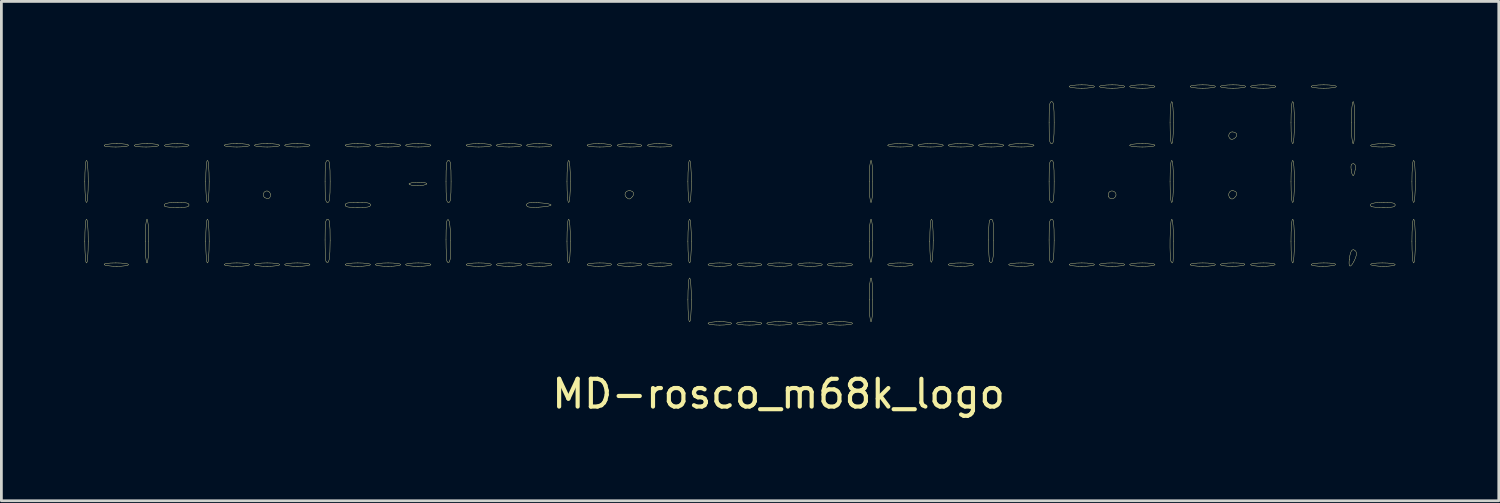
<source format=kicad_pcb>
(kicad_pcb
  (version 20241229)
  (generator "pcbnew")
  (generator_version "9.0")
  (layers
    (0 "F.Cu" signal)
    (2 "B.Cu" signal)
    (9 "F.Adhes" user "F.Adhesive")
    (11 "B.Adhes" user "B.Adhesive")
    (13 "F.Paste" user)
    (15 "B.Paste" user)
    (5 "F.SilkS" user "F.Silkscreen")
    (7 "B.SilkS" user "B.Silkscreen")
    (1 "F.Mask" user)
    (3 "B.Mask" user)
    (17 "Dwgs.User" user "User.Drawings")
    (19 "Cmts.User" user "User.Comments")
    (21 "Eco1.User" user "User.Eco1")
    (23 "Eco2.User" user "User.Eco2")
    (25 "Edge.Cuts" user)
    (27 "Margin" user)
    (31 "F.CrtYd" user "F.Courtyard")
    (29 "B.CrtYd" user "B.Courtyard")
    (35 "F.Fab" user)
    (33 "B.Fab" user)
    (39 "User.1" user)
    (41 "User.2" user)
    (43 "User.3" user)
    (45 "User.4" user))
  (footprint "MD-rosco_m68k_logo"
    (layer "F.Cu")
    (at 24.993 7.328)
    (property "Reference" "MD-rosco_m68k_logo" (at 0 3.81 0) (layer "F.SilkS") (effects (font (size 1 1) (thickness 0.15))))
    (attr through_hole)
    (fp_line (start -24.987 -3.842) (end -24.987 -3.842) (stroke (width 0.013) (type solid)) (layer "F.SilkS"))
    (fp_line (start -24.987 -1.695) (end -24.987 -1.695) (stroke (width 0.013) (type solid)) (layer "F.SilkS"))
    (fp_line (start -24.291 -5.143) (end -24.291 -5.143) (stroke (width 0.013) (type solid)) (layer "F.SilkS"))
    (fp_line (start -24.291 -0.848) (end -24.291 -0.848) (stroke (width 0.013) (type solid)) (layer "F.SilkS"))
    (fp_line (start -23.202 -5.143) (end -23.202 -5.143) (stroke (width 0.013) (type solid)) (layer "F.SilkS"))
    (fp_line (start -22.809 -1.695) (end -22.809 -1.695) (stroke (width 0.013) (type solid)) (layer "F.SilkS"))
    (fp_line (start -22.113 -5.143) (end -22.113 -5.143) (stroke (width 0.013) (type solid)) (layer "F.SilkS"))
    (fp_line (start -22.101 -2.943) (end -22.101 -2.943) (stroke (width 0.013) (type solid)) (layer "F.SilkS"))
    (fp_line (start -20.631 -3.842) (end -20.631 -3.842) (stroke (width 0.013) (type solid)) (layer "F.SilkS"))
    (fp_line (start -20.631 -1.695) (end -20.631 -1.695) (stroke (width 0.013) (type solid)) (layer "F.SilkS"))
    (fp_line (start -19.965 -5.143) (end -19.965 -5.143) (stroke (width 0.013) (type solid)) (layer "F.SilkS"))
    (fp_line (start -19.965 -0.848) (end -19.965 -0.848) (stroke (width 0.013) (type solid)) (layer "F.SilkS"))
    (fp_line (start -18.876 -5.143) (end -18.876 -5.143) (stroke (width 0.013) (type solid)) (layer "F.SilkS"))
    (fp_line (start -18.876 -0.848) (end -18.876 -0.848) (stroke (width 0.013) (type solid)) (layer "F.SilkS"))
    (fp_line (start -18.507 -3.263) (end -18.507 -3.263) (stroke (width 0.013) (type solid)) (layer "F.SilkS"))
    (fp_line (start -17.787 -5.143) (end -17.787 -5.143) (stroke (width 0.013) (type solid)) (layer "F.SilkS"))
    (fp_line (start -17.787 -0.848) (end -17.787 -0.848) (stroke (width 0.013) (type solid)) (layer "F.SilkS"))
    (fp_line (start -16.335 -3.842) (end -16.335 -3.842) (stroke (width 0.013) (type solid)) (layer "F.SilkS"))
    (fp_line (start -16.296 -0.95) (end -16.296 -0.95) (stroke (width 0.013) (type solid)) (layer "F.SilkS"))
    (fp_line (start -15.609 -5.143) (end -15.609 -5.143) (stroke (width 0.013) (type solid)) (layer "F.SilkS"))
    (fp_line (start -15.609 -2.995) (end -15.609 -2.995) (stroke (width 0.013) (type solid)) (layer "F.SilkS"))
    (fp_line (start -15.609 -0.848) (end -15.609 -0.848) (stroke (width 0.013) (type solid)) (layer "F.SilkS"))
    (fp_line (start -14.52 -5.143) (end -14.52 -5.143) (stroke (width 0.013) (type solid)) (layer "F.SilkS"))
    (fp_line (start -14.52 -0.848) (end -14.52 -0.848) (stroke (width 0.013) (type solid)) (layer "F.SilkS"))
    (fp_line (start -13.431 -5.143) (end -13.431 -5.143) (stroke (width 0.013) (type solid)) (layer "F.SilkS"))
    (fp_line (start -13.431 -0.848) (end -13.431 -0.848) (stroke (width 0.013) (type solid)) (layer "F.SilkS"))
    (fp_line (start -13.31 -3.752) (end -13.31 -3.752) (stroke (width 0.013) (type solid)) (layer "F.SilkS"))
    (fp_line (start -11.979 -3.842) (end -11.979 -3.842) (stroke (width 0.013) (type solid)) (layer "F.SilkS"))
    (fp_line (start -11.937 -0.947) (end -11.937 -0.947) (stroke (width 0.013) (type solid)) (layer "F.SilkS"))
    (fp_line (start -11.253 -5.143) (end -11.253 -5.143) (stroke (width 0.013) (type solid)) (layer "F.SilkS"))
    (fp_line (start -11.253 -0.848) (end -11.253 -0.848) (stroke (width 0.013) (type solid)) (layer "F.SilkS"))
    (fp_line (start -10.164 -5.143) (end -10.164 -5.143) (stroke (width 0.013) (type solid)) (layer "F.SilkS"))
    (fp_line (start -10.164 -0.848) (end -10.164 -0.848) (stroke (width 0.013) (type solid)) (layer "F.SilkS"))
    (fp_line (start -9.074 -5.143) (end -9.074 -5.143) (stroke (width 0.013) (type solid)) (layer "F.SilkS"))
    (fp_line (start -9.074 -2.995) (end -9.074 -2.995) (stroke (width 0.013) (type solid)) (layer "F.SilkS"))
    (fp_line (start -9.074 -0.848) (end -9.074 -0.848) (stroke (width 0.013) (type solid)) (layer "F.SilkS"))
    (fp_line (start -7.622 -3.842) (end -7.622 -3.842) (stroke (width 0.013) (type solid)) (layer "F.SilkS"))
    (fp_line (start -7.622 -1.694) (end -7.622 -1.694) (stroke (width 0.013) (type solid)) (layer "F.SilkS"))
    (fp_line (start -6.896 -5.143) (end -6.896 -5.143) (stroke (width 0.013) (type solid)) (layer "F.SilkS"))
    (fp_line (start -6.896 -0.848) (end -6.896 -0.848) (stroke (width 0.013) (type solid)) (layer "F.SilkS"))
    (fp_line (start -5.807 -5.143) (end -5.807 -5.143) (stroke (width 0.013) (type solid)) (layer "F.SilkS"))
    (fp_line (start -5.807 -0.848) (end -5.807 -0.848) (stroke (width 0.013) (type solid)) (layer "F.SilkS"))
    (fp_line (start -5.488 -3.275) (end -5.488 -3.275) (stroke (width 0.013) (type solid)) (layer "F.SilkS"))
    (fp_line (start -4.718 -5.143) (end -4.718 -5.143) (stroke (width 0.013) (type solid)) (layer "F.SilkS"))
    (fp_line (start -4.718 -0.848) (end -4.718 -0.848) (stroke (width 0.013) (type solid)) (layer "F.SilkS"))
    (fp_line (start -3.266 -3.842) (end -3.266 -3.842) (stroke (width 0.013) (type solid)) (layer "F.SilkS"))
    (fp_line (start -3.266 -1.694) (end -3.266 -1.694) (stroke (width 0.013) (type solid)) (layer "F.SilkS"))
    (fp_line (start -3.266 0.423) (end -3.266 0.423) (stroke (width 0.013) (type solid)) (layer "F.SilkS"))
    (fp_line (start -2.54 -0.848) (end -2.54 -0.848) (stroke (width 0.013) (type solid)) (layer "F.SilkS"))
    (fp_line (start -2.54 1.27) (end -2.54 1.27) (stroke (width 0.013) (type solid)) (layer "F.SilkS"))
    (fp_line (start -1.511 1.27) (end -1.511 1.27) (stroke (width 0.013) (type solid)) (layer "F.SilkS"))
    (fp_line (start -1.481 -0.848) (end -1.481 -0.848) (stroke (width 0.013) (type solid)) (layer "F.SilkS"))
    (fp_line (start -0.422 1.27) (end -0.422 1.27) (stroke (width 0.013) (type solid)) (layer "F.SilkS"))
    (fp_line (start -0.392 -0.848) (end -0.392 -0.848) (stroke (width 0.013) (type solid)) (layer "F.SilkS"))
    (fp_line (start 0.667 1.27) (end 0.667 1.27) (stroke (width 0.013) (type solid)) (layer "F.SilkS"))
    (fp_line (start 0.697 -0.848) (end 0.697 -0.848) (stroke (width 0.013) (type solid)) (layer "F.SilkS"))
    (fp_line (start 1.756 -0.848) (end 1.756 -0.848) (stroke (width 0.013) (type solid)) (layer "F.SilkS"))
    (fp_line (start 1.756 1.27) (end 1.756 1.27) (stroke (width 0.013) (type solid)) (layer "F.SilkS"))
    (fp_line (start 3.268 -3.842) (end 3.268 -3.842) (stroke (width 0.013) (type solid)) (layer "F.SilkS"))
    (fp_line (start 3.268 -1.691) (end 3.268 -1.691) (stroke (width 0.013) (type solid)) (layer "F.SilkS"))
    (fp_line (start 3.268 0.423) (end 3.268 0.423) (stroke (width 0.013) (type solid)) (layer "F.SilkS"))
    (fp_line (start 3.934 -5.143) (end 3.934 -5.143) (stroke (width 0.013) (type solid)) (layer "F.SilkS"))
    (fp_line (start 3.934 -0.848) (end 3.934 -0.848) (stroke (width 0.013) (type solid)) (layer "F.SilkS"))
    (fp_line (start 5.023 -5.143) (end 5.023 -5.143) (stroke (width 0.013) (type solid)) (layer "F.SilkS"))
    (fp_line (start 5.447 -1.691) (end 5.447 -1.691) (stroke (width 0.013) (type solid)) (layer "F.SilkS"))
    (fp_line (start 6.112 -5.143) (end 6.112 -5.143) (stroke (width 0.013) (type solid)) (layer "F.SilkS"))
    (fp_line (start 6.112 -0.848) (end 6.112 -0.848) (stroke (width 0.013) (type solid)) (layer "F.SilkS"))
    (fp_line (start 7.201 -5.143) (end 7.201 -5.143) (stroke (width 0.013) (type solid)) (layer "F.SilkS"))
    (fp_line (start 7.603 -0.95) (end 7.603 -0.95) (stroke (width 0.013) (type solid)) (layer "F.SilkS"))
    (fp_line (start 8.29 -5.143) (end 8.29 -5.143) (stroke (width 0.013) (type solid)) (layer "F.SilkS"))
    (fp_line (start 8.29 -0.848) (end 8.29 -0.848) (stroke (width 0.013) (type solid)) (layer "F.SilkS"))
    (fp_line (start 9.742 -5.96) (end 9.742 -5.96) (stroke (width 0.013) (type solid)) (layer "F.SilkS"))
    (fp_line (start 9.742 -3.842) (end 9.742 -3.842) (stroke (width 0.013) (type solid)) (layer "F.SilkS"))
    (fp_line (start 9.781 -0.95) (end 9.781 -0.95) (stroke (width 0.013) (type solid)) (layer "F.SilkS"))
    (fp_line (start 10.468 -7.261) (end 10.468 -7.261) (stroke (width 0.013) (type solid)) (layer "F.SilkS"))
    (fp_line (start 10.468 -0.848) (end 10.468 -0.848) (stroke (width 0.013) (type solid)) (layer "F.SilkS"))
    (fp_line (start 11.558 -7.261) (end 11.558 -7.261) (stroke (width 0.013) (type solid)) (layer "F.SilkS"))
    (fp_line (start 11.558 -0.848) (end 11.558 -0.848) (stroke (width 0.013) (type solid)) (layer "F.SilkS"))
    (fp_line (start 11.882 -3.298) (end 11.882 -3.298) (stroke (width 0.013) (type solid)) (layer "F.SilkS"))
    (fp_line (start 12.647 -7.261) (end 12.647 -7.261) (stroke (width 0.013) (type solid)) (layer "F.SilkS"))
    (fp_line (start 12.647 -5.143) (end 12.647 -5.143) (stroke (width 0.013) (type solid)) (layer "F.SilkS"))
    (fp_line (start 12.647 -0.848) (end 12.647 -0.848) (stroke (width 0.013) (type solid)) (layer "F.SilkS"))
    (fp_line (start 14.099 -5.96) (end 14.099 -5.96) (stroke (width 0.013) (type solid)) (layer "F.SilkS"))
    (fp_line (start 14.099 -3.842) (end 14.099 -3.842) (stroke (width 0.013) (type solid)) (layer "F.SilkS"))
    (fp_line (start 14.139 -0.948) (end 14.139 -0.948) (stroke (width 0.013) (type solid)) (layer "F.SilkS"))
    (fp_line (start 14.825 -7.261) (end 14.825 -7.261) (stroke (width 0.013) (type solid)) (layer "F.SilkS"))
    (fp_line (start 14.825 -0.848) (end 14.825 -0.848) (stroke (width 0.013) (type solid)) (layer "F.SilkS"))
    (fp_line (start 15.914 -7.261) (end 15.914 -7.261) (stroke (width 0.013) (type solid)) (layer "F.SilkS"))
    (fp_line (start 15.914 -0.848) (end 15.914 -0.848) (stroke (width 0.013) (type solid)) (layer "F.SilkS"))
    (fp_line (start 16.257 -3.248) (end 16.257 -3.248) (stroke (width 0.013) (type solid)) (layer "F.SilkS"))
    (fp_line (start 16.292 -5.367) (end 16.292 -5.367) (stroke (width 0.013) (type solid)) (layer "F.SilkS"))
    (fp_line (start 17.003 -7.261) (end 17.003 -7.261) (stroke (width 0.013) (type solid)) (layer "F.SilkS"))
    (fp_line (start 17.003 -0.848) (end 17.003 -0.848) (stroke (width 0.013) (type solid)) (layer "F.SilkS"))
    (fp_line (start 18.455 -5.96) (end 18.455 -5.96) (stroke (width 0.013) (type solid)) (layer "F.SilkS"))
    (fp_line (start 18.455 -3.842) (end 18.455 -3.842) (stroke (width 0.013) (type solid)) (layer "F.SilkS"))
    (fp_line (start 18.455 -1.695) (end 18.455 -1.695) (stroke (width 0.013) (type solid)) (layer "F.SilkS"))
    (fp_line (start 19.181 -7.261) (end 19.181 -7.261) (stroke (width 0.013) (type solid)) (layer "F.SilkS"))
    (fp_line (start 19.181 -0.848) (end 19.181 -0.848) (stroke (width 0.013) (type solid)) (layer "F.SilkS"))
    (fp_line (start 20.556 -1.044) (end 20.556 -1.044) (stroke (width 0.013) (type solid)) (layer "F.SilkS"))
    (fp_line (start 20.622 -4.266) (end 20.622 -4.266) (stroke (width 0.013) (type solid)) (layer "F.SilkS"))
    (fp_line (start 20.633 -5.96) (end 20.633 -5.96) (stroke (width 0.013) (type solid)) (layer "F.SilkS"))
    (fp_line (start 21.329 -5.143) (end 21.329 -5.143) (stroke (width 0.013) (type solid)) (layer "F.SilkS"))
    (fp_line (start 21.329 -0.848) (end 21.329 -0.848) (stroke (width 0.013) (type solid)) (layer "F.SilkS"))
    (fp_line (start 21.341 -2.943) (end 21.341 -2.943) (stroke (width 0.013) (type solid)) (layer "F.SilkS"))
    (fp_line (start 22.811 -3.842) (end 22.811 -3.842) (stroke (width 0.013) (type solid)) (layer "F.SilkS"))
    (fp_line (start 22.811 -1.695) (end 22.811 -1.695) (stroke (width 0.013) (type solid)) (layer "F.SilkS"))
    (fp_curve (pts (xy -24.987 -3.842) (xy -24.987 -4.306) (xy -24.964 -4.599) (xy -24.927 -4.599)) (stroke (width 0.013) (type solid)) (layer "F.SilkS"))
    (fp_curve (pts (xy -24.987 -1.695) (xy -24.987 -2.179) (xy -24.964 -2.481) (xy -24.927 -2.481)) (stroke (width 0.013) (type solid)) (layer "F.SilkS"))
    (fp_curve (pts (xy -24.927 -4.599) (xy -24.89 -4.599) (xy -24.866 -4.306) (xy -24.866 -3.842)) (stroke (width 0.013) (type solid)) (layer "F.SilkS"))
    (fp_curve (pts (xy -24.927 -3.086) (xy -24.964 -3.086) (xy -24.987 -3.379) (xy -24.987 -3.842)) (stroke (width 0.013) (type solid)) (layer "F.SilkS"))
    (fp_curve (pts (xy -24.927 -2.481) (xy -24.889 -2.481) (xy -24.866 -2.179) (xy -24.866 -1.695)) (stroke (width 0.013) (type solid)) (layer "F.SilkS"))
    (fp_curve (pts (xy -24.927 -0.908) (xy -24.964 -0.908) (xy -24.987 -1.211) (xy -24.987 -1.695)) (stroke (width 0.013) (type solid)) (layer "F.SilkS"))
    (fp_curve (pts (xy -24.866 -3.842) (xy -24.866 -3.379) (xy -24.89 -3.086) (xy -24.927 -3.086)) (stroke (width 0.013) (type solid)) (layer "F.SilkS"))
    (fp_curve (pts (xy -24.866 -1.695) (xy -24.866 -1.211) (xy -24.889 -0.908) (xy -24.927 -0.908)) (stroke (width 0.013) (type solid)) (layer "F.SilkS"))
    (fp_curve (pts (xy -24.291 -5.143) (xy -24.271 -5.177) (xy -24.065 -5.204) (xy -23.834 -5.204)) (stroke (width 0.013) (type solid)) (layer "F.SilkS"))
    (fp_curve (pts (xy -24.291 -0.848) (xy -24.315 -0.886) (xy -24.161 -0.908) (xy -23.871 -0.908)) (stroke (width 0.013) (type solid)) (layer "F.SilkS"))
    (fp_curve (pts (xy -23.871 -5.083) (xy -24.161 -5.083) (xy -24.315 -5.105) (xy -24.291 -5.143)) (stroke (width 0.013) (type solid)) (layer "F.SilkS"))
    (fp_curve (pts (xy -23.871 -0.908) (xy -23.607 -0.908) (xy -23.414 -0.883) (xy -23.414 -0.848)) (stroke (width 0.013) (type solid)) (layer "F.SilkS"))
    (fp_curve (pts (xy -23.834 -5.204) (xy -23.594 -5.204) (xy -23.414 -5.178) (xy -23.414 -5.143)) (stroke (width 0.013) (type solid)) (layer "F.SilkS"))
    (fp_curve (pts (xy -23.834 -0.787) (xy -24.065 -0.787) (xy -24.271 -0.814) (xy -24.291 -0.848)) (stroke (width 0.013) (type solid)) (layer "F.SilkS"))
    (fp_curve (pts (xy -23.414 -5.143) (xy -23.414 -5.108) (xy -23.607 -5.083) (xy -23.871 -5.083)) (stroke (width 0.013) (type solid)) (layer "F.SilkS"))
    (fp_curve (pts (xy -23.414 -0.848) (xy -23.414 -0.813) (xy -23.594 -0.787) (xy -23.834 -0.787)) (stroke (width 0.013) (type solid)) (layer "F.SilkS"))
    (fp_curve (pts (xy -23.202 -5.143) (xy -23.182 -5.177) (xy -22.976 -5.204) (xy -22.745 -5.204)) (stroke (width 0.013) (type solid)) (layer "F.SilkS"))
    (fp_curve (pts (xy -22.809 -1.695) (xy -22.809 -2.179) (xy -22.786 -2.481) (xy -22.748 -2.481)) (stroke (width 0.013) (type solid)) (layer "F.SilkS"))
    (fp_curve (pts (xy -22.782 -5.083) (xy -23.072 -5.083) (xy -23.226 -5.105) (xy -23.202 -5.143)) (stroke (width 0.013) (type solid)) (layer "F.SilkS"))
    (fp_curve (pts (xy -22.748 -2.481) (xy -22.711 -2.481) (xy -22.688 -2.179) (xy -22.688 -1.695)) (stroke (width 0.013) (type solid)) (layer "F.SilkS"))
    (fp_curve (pts (xy -22.748 -0.908) (xy -22.786 -0.908) (xy -22.809 -1.211) (xy -22.809 -1.695)) (stroke (width 0.013) (type solid)) (layer "F.SilkS"))
    (fp_curve (pts (xy -22.745 -5.204) (xy -22.505 -5.204) (xy -22.325 -5.178) (xy -22.325 -5.143)) (stroke (width 0.013) (type solid)) (layer "F.SilkS"))
    (fp_curve (pts (xy -22.688 -1.695) (xy -22.688 -1.211) (xy -22.711 -0.908) (xy -22.748 -0.908)) (stroke (width 0.013) (type solid)) (layer "F.SilkS"))
    (fp_curve (pts (xy -22.325 -5.143) (xy -22.325 -5.108) (xy -22.518 -5.083) (xy -22.782 -5.083)) (stroke (width 0.013) (type solid)) (layer "F.SilkS"))
    (fp_curve (pts (xy -22.113 -5.143) (xy -22.093 -5.177) (xy -21.887 -5.204) (xy -21.656 -5.204)) (stroke (width 0.013) (type solid)) (layer "F.SilkS"))
    (fp_curve (pts (xy -22.101 -2.943) (xy -22.196 -3.038) (xy -22.045 -3.086) (xy -21.656 -3.086)) (stroke (width 0.013) (type solid)) (layer "F.SilkS"))
    (fp_curve (pts (xy -21.693 -5.083) (xy -21.983 -5.083) (xy -22.137 -5.105) (xy -22.113 -5.143)) (stroke (width 0.013) (type solid)) (layer "F.SilkS"))
    (fp_curve (pts (xy -21.656 -5.204) (xy -21.416 -5.204) (xy -21.236 -5.178) (xy -21.236 -5.143)) (stroke (width 0.013) (type solid)) (layer "F.SilkS"))
    (fp_curve (pts (xy -21.656 -3.086) (xy -21.323 -3.086) (xy -21.236 -3.067) (xy -21.236 -2.995)) (stroke (width 0.013) (type solid)) (layer "F.SilkS"))
    (fp_curve (pts (xy -21.649 -2.905) (xy -21.877 -2.905) (xy -22.08 -2.922) (xy -22.101 -2.943)) (stroke (width 0.013) (type solid)) (layer "F.SilkS"))
    (fp_curve (pts (xy -21.236 -5.143) (xy -21.236 -5.108) (xy -21.429 -5.083) (xy -21.693 -5.083)) (stroke (width 0.013) (type solid)) (layer "F.SilkS"))
    (fp_curve (pts (xy -21.236 -2.995) (xy -21.236 -2.924) (xy -21.322 -2.905) (xy -21.649 -2.905)) (stroke (width 0.013) (type solid)) (layer "F.SilkS"))
    (fp_curve (pts (xy -20.631 -3.842) (xy -20.631 -4.306) (xy -20.607 -4.599) (xy -20.57 -4.599)) (stroke (width 0.013) (type solid)) (layer "F.SilkS"))
    (fp_curve (pts (xy -20.631 -1.695) (xy -20.631 -2.179) (xy -20.608 -2.481) (xy -20.57 -2.481)) (stroke (width 0.013) (type solid)) (layer "F.SilkS"))
    (fp_curve (pts (xy -20.57 -4.599) (xy -20.533 -4.599) (xy -20.51 -4.306) (xy -20.51 -3.842)) (stroke (width 0.013) (type solid)) (layer "F.SilkS"))
    (fp_curve (pts (xy -20.57 -3.086) (xy -20.607 -3.086) (xy -20.631 -3.379) (xy -20.631 -3.842)) (stroke (width 0.013) (type solid)) (layer "F.SilkS"))
    (fp_curve (pts (xy -20.57 -2.481) (xy -20.533 -2.481) (xy -20.51 -2.179) (xy -20.51 -1.695)) (stroke (width 0.013) (type solid)) (layer "F.SilkS"))
    (fp_curve (pts (xy -20.57 -0.908) (xy -20.608 -0.908) (xy -20.631 -1.211) (xy -20.631 -1.695)) (stroke (width 0.013) (type solid)) (layer "F.SilkS"))
    (fp_curve (pts (xy -20.51 -3.842) (xy -20.51 -3.379) (xy -20.533 -3.086) (xy -20.57 -3.086)) (stroke (width 0.013) (type solid)) (layer "F.SilkS"))
    (fp_curve (pts (xy -20.51 -1.695) (xy -20.51 -1.211) (xy -20.533 -0.908) (xy -20.57 -0.908)) (stroke (width 0.013) (type solid)) (layer "F.SilkS"))
    (fp_curve (pts (xy -19.965 -5.143) (xy -19.965 -5.178) (xy -19.774 -5.204) (xy -19.511 -5.204)) (stroke (width 0.013) (type solid)) (layer "F.SilkS"))
    (fp_curve (pts (xy -19.965 -0.848) (xy -19.965 -0.883) (xy -19.774 -0.908) (xy -19.511 -0.908)) (stroke (width 0.013) (type solid)) (layer "F.SilkS"))
    (fp_curve (pts (xy -19.511 -5.204) (xy -19.249 -5.204) (xy -19.058 -5.178) (xy -19.058 -5.143)) (stroke (width 0.013) (type solid)) (layer "F.SilkS"))
    (fp_curve (pts (xy -19.511 -5.083) (xy -19.774 -5.083) (xy -19.965 -5.108) (xy -19.965 -5.143)) (stroke (width 0.013) (type solid)) (layer "F.SilkS"))
    (fp_curve (pts (xy -19.511 -0.908) (xy -19.249 -0.908) (xy -19.058 -0.883) (xy -19.058 -0.848)) (stroke (width 0.013) (type solid)) (layer "F.SilkS"))
    (fp_curve (pts (xy -19.511 -0.787) (xy -19.774 -0.787) (xy -19.965 -0.813) (xy -19.965 -0.848)) (stroke (width 0.013) (type solid)) (layer "F.SilkS"))
    (fp_curve (pts (xy -19.058 -5.143) (xy -19.058 -5.108) (xy -19.249 -5.083) (xy -19.511 -5.083)) (stroke (width 0.013) (type solid)) (layer "F.SilkS"))
    (fp_curve (pts (xy -19.058 -0.848) (xy -19.058 -0.813) (xy -19.249 -0.787) (xy -19.511 -0.787)) (stroke (width 0.013) (type solid)) (layer "F.SilkS"))
    (fp_curve (pts (xy -18.876 -5.143) (xy -18.876 -5.178) (xy -18.685 -5.204) (xy -18.422 -5.204)) (stroke (width 0.013) (type solid)) (layer "F.SilkS"))
    (fp_curve (pts (xy -18.876 -0.848) (xy -18.876 -0.883) (xy -18.685 -0.908) (xy -18.422 -0.908)) (stroke (width 0.013) (type solid)) (layer "F.SilkS"))
    (fp_curve (pts (xy -18.507 -3.263) (xy -18.621 -3.335) (xy -18.541 -3.524) (xy -18.407 -3.498)) (stroke (width 0.013) (type solid)) (layer "F.SilkS"))
    (fp_curve (pts (xy -18.422 -5.204) (xy -18.16 -5.204) (xy -17.969 -5.178) (xy -17.969 -5.143)) (stroke (width 0.013) (type solid)) (layer "F.SilkS"))
    (fp_curve (pts (xy -18.422 -5.083) (xy -18.685 -5.083) (xy -18.876 -5.108) (xy -18.876 -5.143)) (stroke (width 0.013) (type solid)) (layer "F.SilkS"))
    (fp_curve (pts (xy -18.422 -0.908) (xy -18.16 -0.908) (xy -17.969 -0.883) (xy -17.969 -0.848)) (stroke (width 0.013) (type solid)) (layer "F.SilkS"))
    (fp_curve (pts (xy -18.422 -0.787) (xy -18.685 -0.787) (xy -18.876 -0.813) (xy -18.876 -0.848)) (stroke (width 0.013) (type solid)) (layer "F.SilkS"))
    (fp_curve (pts (xy -18.407 -3.498) (xy -18.349 -3.487) (xy -18.301 -3.426) (xy -18.301 -3.363)) (stroke (width 0.013) (type solid)) (layer "F.SilkS"))
    (fp_curve (pts (xy -18.301 -3.363) (xy -18.301 -3.228) (xy -18.387 -3.187) (xy -18.507 -3.263)) (stroke (width 0.013) (type solid)) (layer "F.SilkS"))
    (fp_curve (pts (xy -17.969 -5.143) (xy -17.969 -5.108) (xy -18.16 -5.083) (xy -18.422 -5.083)) (stroke (width 0.013) (type solid)) (layer "F.SilkS"))
    (fp_curve (pts (xy -17.969 -0.848) (xy -17.969 -0.813) (xy -18.16 -0.787) (xy -18.422 -0.787)) (stroke (width 0.013) (type solid)) (layer "F.SilkS"))
    (fp_curve (pts (xy -17.787 -5.143) (xy -17.787 -5.178) (xy -17.596 -5.204) (xy -17.333 -5.204)) (stroke (width 0.013) (type solid)) (layer "F.SilkS"))
    (fp_curve (pts (xy -17.787 -0.848) (xy -17.787 -0.883) (xy -17.596 -0.908) (xy -17.333 -0.908)) (stroke (width 0.013) (type solid)) (layer "F.SilkS"))
    (fp_curve (pts (xy -17.333 -5.204) (xy -17.071 -5.204) (xy -16.88 -5.178) (xy -16.88 -5.143)) (stroke (width 0.013) (type solid)) (layer "F.SilkS"))
    (fp_curve (pts (xy -17.333 -5.083) (xy -17.596 -5.083) (xy -17.787 -5.108) (xy -17.787 -5.143)) (stroke (width 0.013) (type solid)) (layer "F.SilkS"))
    (fp_curve (pts (xy -17.333 -0.908) (xy -17.071 -0.908) (xy -16.88 -0.883) (xy -16.88 -0.848)) (stroke (width 0.013) (type solid)) (layer "F.SilkS"))
    (fp_curve (pts (xy -17.333 -0.787) (xy -17.596 -0.787) (xy -17.787 -0.813) (xy -17.787 -0.848)) (stroke (width 0.013) (type solid)) (layer "F.SilkS"))
    (fp_curve (pts (xy -16.88 -5.143) (xy -16.88 -5.108) (xy -17.071 -5.083) (xy -17.333 -5.083)) (stroke (width 0.013) (type solid)) (layer "F.SilkS"))
    (fp_curve (pts (xy -16.88 -0.848) (xy -16.88 -0.813) (xy -17.071 -0.787) (xy -17.333 -0.787)) (stroke (width 0.013) (type solid)) (layer "F.SilkS"))
    (fp_curve (pts (xy -16.335 -1.735) (xy -16.335 -2.358) (xy -16.32 -2.481) (xy -16.244 -2.481)) (stroke (width 0.013) (type solid)) (layer "F.SilkS"))
    (fp_curve (pts (xy -16.335 -3.842) (xy -16.335 -4.474) (xy -16.32 -4.599) (xy -16.244 -4.599)) (stroke (width 0.013) (type solid)) (layer "F.SilkS"))
    (fp_curve (pts (xy -16.296 -0.95) (xy -16.318 -0.971) (xy -16.335 -1.325) (xy -16.335 -1.735)) (stroke (width 0.013) (type solid)) (layer "F.SilkS"))
    (fp_curve (pts (xy -16.244 -2.481) (xy -16.168 -2.481) (xy -16.153 -2.357) (xy -16.153 -1.729)) (stroke (width 0.013) (type solid)) (layer "F.SilkS"))
    (fp_curve (pts (xy -16.244 -4.599) (xy -16.168 -4.599) (xy -16.153 -4.474) (xy -16.153 -3.842)) (stroke (width 0.013) (type solid)) (layer "F.SilkS"))
    (fp_curve (pts (xy -16.244 -3.086) (xy -16.32 -3.086) (xy -16.335 -3.211) (xy -16.335 -3.842)) (stroke (width 0.013) (type solid)) (layer "F.SilkS"))
    (fp_curve (pts (xy -16.153 -1.729) (xy -16.153 -1.042) (xy -16.19 -0.844) (xy -16.296 -0.95)) (stroke (width 0.013) (type solid)) (layer "F.SilkS"))
    (fp_curve (pts (xy -16.153 -3.842) (xy -16.153 -3.211) (xy -16.168 -3.086) (xy -16.244 -3.086)) (stroke (width 0.013) (type solid)) (layer "F.SilkS"))
    (fp_curve (pts (xy -15.609 -5.143) (xy -15.609 -5.178) (xy -15.417 -5.204) (xy -15.155 -5.204)) (stroke (width 0.013) (type solid)) (layer "F.SilkS"))
    (fp_curve (pts (xy -15.609 -2.995) (xy -15.609 -3.068) (xy -15.518 -3.086) (xy -15.155 -3.086)) (stroke (width 0.013) (type solid)) (layer "F.SilkS"))
    (fp_curve (pts (xy -15.609 -0.848) (xy -15.609 -0.883) (xy -15.417 -0.908) (xy -15.155 -0.908)) (stroke (width 0.013) (type solid)) (layer "F.SilkS"))
    (fp_curve (pts (xy -15.155 -5.204) (xy -14.893 -5.204) (xy -14.701 -5.178) (xy -14.701 -5.143)) (stroke (width 0.013) (type solid)) (layer "F.SilkS"))
    (fp_curve (pts (xy -15.155 -5.083) (xy -15.417 -5.083) (xy -15.609 -5.108) (xy -15.609 -5.143)) (stroke (width 0.013) (type solid)) (layer "F.SilkS"))
    (fp_curve (pts (xy -15.155 -3.086) (xy -14.792 -3.086) (xy -14.701 -3.068) (xy -14.701 -2.995)) (stroke (width 0.013) (type solid)) (layer "F.SilkS"))
    (fp_curve (pts (xy -15.155 -2.905) (xy -15.518 -2.905) (xy -15.609 -2.923) (xy -15.609 -2.995)) (stroke (width 0.013) (type solid)) (layer "F.SilkS"))
    (fp_curve (pts (xy -15.155 -0.908) (xy -14.893 -0.908) (xy -14.701 -0.883) (xy -14.701 -0.848)) (stroke (width 0.013) (type solid)) (layer "F.SilkS"))
    (fp_curve (pts (xy -15.155 -0.787) (xy -15.417 -0.787) (xy -15.609 -0.813) (xy -15.609 -0.848)) (stroke (width 0.013) (type solid)) (layer "F.SilkS"))
    (fp_curve (pts (xy -14.701 -5.143) (xy -14.701 -5.108) (xy -14.893 -5.083) (xy -15.155 -5.083)) (stroke (width 0.013) (type solid)) (layer "F.SilkS"))
    (fp_curve (pts (xy -14.701 -2.995) (xy -14.701 -2.923) (xy -14.792 -2.905) (xy -15.155 -2.905)) (stroke (width 0.013) (type solid)) (layer "F.SilkS"))
    (fp_curve (pts (xy -14.701 -0.848) (xy -14.701 -0.813) (xy -14.893 -0.787) (xy -15.155 -0.787)) (stroke (width 0.013) (type solid)) (layer "F.SilkS"))
    (fp_curve (pts (xy -14.52 -5.143) (xy -14.52 -5.178) (xy -14.328 -5.204) (xy -14.066 -5.204)) (stroke (width 0.013) (type solid)) (layer "F.SilkS"))
    (fp_curve (pts (xy -14.52 -0.848) (xy -14.52 -0.883) (xy -14.328 -0.908) (xy -14.066 -0.908)) (stroke (width 0.013) (type solid)) (layer "F.SilkS"))
    (fp_curve (pts (xy -14.066 -5.204) (xy -13.804 -5.204) (xy -13.612 -5.178) (xy -13.612 -5.143)) (stroke (width 0.013) (type solid)) (layer "F.SilkS"))
    (fp_curve (pts (xy -14.066 -5.083) (xy -14.328 -5.083) (xy -14.52 -5.108) (xy -14.52 -5.143)) (stroke (width 0.013) (type solid)) (layer "F.SilkS"))
    (fp_curve (pts (xy -14.066 -0.908) (xy -13.804 -0.908) (xy -13.612 -0.883) (xy -13.612 -0.848)) (stroke (width 0.013) (type solid)) (layer "F.SilkS"))
    (fp_curve (pts (xy -14.066 -0.787) (xy -14.328 -0.787) (xy -14.52 -0.813) (xy -14.52 -0.848)) (stroke (width 0.013) (type solid)) (layer "F.SilkS"))
    (fp_curve (pts (xy -13.612 -5.143) (xy -13.612 -5.108) (xy -13.804 -5.083) (xy -14.066 -5.083)) (stroke (width 0.013) (type solid)) (layer "F.SilkS"))
    (fp_curve (pts (xy -13.612 -0.848) (xy -13.612 -0.813) (xy -13.804 -0.787) (xy -14.066 -0.787)) (stroke (width 0.013) (type solid)) (layer "F.SilkS"))
    (fp_curve (pts (xy -13.431 -5.143) (xy -13.431 -5.178) (xy -13.239 -5.204) (xy -12.977 -5.204)) (stroke (width 0.013) (type solid)) (layer "F.SilkS"))
    (fp_curve (pts (xy -13.431 -0.848) (xy -13.431 -0.883) (xy -13.239 -0.908) (xy -12.977 -0.908)) (stroke (width 0.013) (type solid)) (layer "F.SilkS"))
    (fp_curve (pts (xy -13.31 -3.752) (xy -13.31 -3.785) (xy -13.158 -3.812) (xy -12.973 -3.812)) (stroke (width 0.013) (type solid)) (layer "F.SilkS"))
    (fp_curve (pts (xy -13.011 -3.691) (xy -13.175 -3.691) (xy -13.31 -3.718) (xy -13.31 -3.752)) (stroke (width 0.013) (type solid)) (layer "F.SilkS"))
    (fp_curve (pts (xy -12.977 -5.204) (xy -12.715 -5.204) (xy -12.523 -5.178) (xy -12.523 -5.143)) (stroke (width 0.013) (type solid)) (layer "F.SilkS"))
    (fp_curve (pts (xy -12.977 -5.083) (xy -13.239 -5.083) (xy -13.431 -5.108) (xy -13.431 -5.143)) (stroke (width 0.013) (type solid)) (layer "F.SilkS"))
    (fp_curve (pts (xy -12.977 -0.908) (xy -12.715 -0.908) (xy -12.523 -0.883) (xy -12.523 -0.848)) (stroke (width 0.013) (type solid)) (layer "F.SilkS"))
    (fp_curve (pts (xy -12.977 -0.787) (xy -13.239 -0.787) (xy -13.431 -0.813) (xy -13.431 -0.848)) (stroke (width 0.013) (type solid)) (layer "F.SilkS"))
    (fp_curve (pts (xy -12.973 -3.812) (xy -12.765 -3.812) (xy -12.651 -3.789) (xy -12.674 -3.752)) (stroke (width 0.013) (type solid)) (layer "F.SilkS"))
    (fp_curve (pts (xy -12.674 -3.752) (xy -12.695 -3.719) (xy -12.846 -3.691) (xy -13.011 -3.691)) (stroke (width 0.013) (type solid)) (layer "F.SilkS"))
    (fp_curve (pts (xy -12.523 -5.143) (xy -12.523 -5.108) (xy -12.715 -5.083) (xy -12.977 -5.083)) (stroke (width 0.013) (type solid)) (layer "F.SilkS"))
    (fp_curve (pts (xy -12.523 -0.848) (xy -12.523 -0.813) (xy -12.715 -0.787) (xy -12.977 -0.787)) (stroke (width 0.013) (type solid)) (layer "F.SilkS"))
    (fp_curve (pts (xy -11.979 -3.842) (xy -11.979 -4.474) (xy -11.964 -4.599) (xy -11.888 -4.599)) (stroke (width 0.013) (type solid)) (layer "F.SilkS"))
    (fp_curve (pts (xy -11.979 -1.74) (xy -11.979 -2.314) (xy -11.961 -2.485) (xy -11.903 -2.466)) (stroke (width 0.013) (type solid)) (layer "F.SilkS"))
    (fp_curve (pts (xy -11.937 -0.947) (xy -11.96 -0.97) (xy -11.979 -1.327) (xy -11.979 -1.74)) (stroke (width 0.013) (type solid)) (layer "F.SilkS"))
    (fp_curve (pts (xy -11.903 -2.466) (xy -11.85 -2.448) (xy -11.822 -2.231) (xy -11.81 -1.725)) (stroke (width 0.013) (type solid)) (layer "F.SilkS"))
    (fp_curve (pts (xy -11.888 -4.599) (xy -11.812 -4.599) (xy -11.797 -4.474) (xy -11.797 -3.842)) (stroke (width 0.013) (type solid)) (layer "F.SilkS"))
    (fp_curve (pts (xy -11.888 -3.086) (xy -11.964 -3.086) (xy -11.979 -3.211) (xy -11.979 -3.842)) (stroke (width 0.013) (type solid)) (layer "F.SilkS"))
    (fp_curve (pts (xy -11.81 -1.725) (xy -11.795 -1.066) (xy -11.831 -0.841) (xy -11.937 -0.947)) (stroke (width 0.013) (type solid)) (layer "F.SilkS"))
    (fp_curve (pts (xy -11.797 -3.842) (xy -11.797 -3.211) (xy -11.812 -3.086) (xy -11.888 -3.086)) (stroke (width 0.013) (type solid)) (layer "F.SilkS"))
    (fp_curve (pts (xy -11.253 -5.143) (xy -11.253 -5.178) (xy -11.061 -5.204) (xy -10.799 -5.204)) (stroke (width 0.013) (type solid)) (layer "F.SilkS"))
    (fp_curve (pts (xy -11.253 -0.848) (xy -11.253 -0.883) (xy -11.061 -0.908) (xy -10.799 -0.908)) (stroke (width 0.013) (type solid)) (layer "F.SilkS"))
    (fp_curve (pts (xy -10.799 -5.204) (xy -10.537 -5.204) (xy -10.345 -5.178) (xy -10.345 -5.143)) (stroke (width 0.013) (type solid)) (layer "F.SilkS"))
    (fp_curve (pts (xy -10.799 -5.083) (xy -11.061 -5.083) (xy -11.253 -5.108) (xy -11.253 -5.143)) (stroke (width 0.013) (type solid)) (layer "F.SilkS"))
    (fp_curve (pts (xy -10.799 -0.908) (xy -10.537 -0.908) (xy -10.345 -0.883) (xy -10.345 -0.848)) (stroke (width 0.013) (type solid)) (layer "F.SilkS"))
    (fp_curve (pts (xy -10.799 -0.787) (xy -11.061 -0.787) (xy -11.253 -0.813) (xy -11.253 -0.848)) (stroke (width 0.013) (type solid)) (layer "F.SilkS"))
    (fp_curve (pts (xy -10.345 -5.143) (xy -10.345 -5.108) (xy -10.537 -5.083) (xy -10.799 -5.083)) (stroke (width 0.013) (type solid)) (layer "F.SilkS"))
    (fp_curve (pts (xy -10.345 -0.848) (xy -10.345 -0.813) (xy -10.537 -0.787) (xy -10.799 -0.787)) (stroke (width 0.013) (type solid)) (layer "F.SilkS"))
    (fp_curve (pts (xy -10.164 -5.143) (xy -10.164 -5.178) (xy -9.972 -5.204) (xy -9.71 -5.204)) (stroke (width 0.013) (type solid)) (layer "F.SilkS"))
    (fp_curve (pts (xy -10.164 -0.848) (xy -10.164 -0.883) (xy -9.972 -0.908) (xy -9.71 -0.908)) (stroke (width 0.013) (type solid)) (layer "F.SilkS"))
    (fp_curve (pts (xy -9.71 -5.204) (xy -9.448 -5.204) (xy -9.256 -5.178) (xy -9.256 -5.143)) (stroke (width 0.013) (type solid)) (layer "F.SilkS"))
    (fp_curve (pts (xy -9.71 -5.083) (xy -9.972 -5.083) (xy -10.164 -5.108) (xy -10.164 -5.143)) (stroke (width 0.013) (type solid)) (layer "F.SilkS"))
    (fp_curve (pts (xy -9.71 -0.908) (xy -9.448 -0.908) (xy -9.256 -0.883) (xy -9.256 -0.848)) (stroke (width 0.013) (type solid)) (layer "F.SilkS"))
    (fp_curve (pts (xy -9.71 -0.787) (xy -9.972 -0.787) (xy -10.164 -0.813) (xy -10.164 -0.848)) (stroke (width 0.013) (type solid)) (layer "F.SilkS"))
    (fp_curve (pts (xy -9.256 -5.143) (xy -9.256 -5.108) (xy -9.448 -5.083) (xy -9.71 -5.083)) (stroke (width 0.013) (type solid)) (layer "F.SilkS"))
    (fp_curve (pts (xy -9.256 -0.848) (xy -9.256 -0.813) (xy -9.448 -0.787) (xy -9.71 -0.787)) (stroke (width 0.013) (type solid)) (layer "F.SilkS"))
    (fp_curve (pts (xy -9.074 -5.143) (xy -9.074 -5.178) (xy -8.883 -5.204) (xy -8.621 -5.204)) (stroke (width 0.013) (type solid)) (layer "F.SilkS"))
    (fp_curve (pts (xy -9.074 -2.995) (xy -9.074 -3.076) (xy -9.004 -3.089) (xy -8.636 -3.074)) (stroke (width 0.013) (type solid)) (layer "F.SilkS"))
    (fp_curve (pts (xy -9.074 -0.848) (xy -9.074 -0.883) (xy -8.883 -0.908) (xy -8.621 -0.908)) (stroke (width 0.013) (type solid)) (layer "F.SilkS"))
    (fp_curve (pts (xy -8.636 -3.074) (xy -8.395 -3.064) (xy -8.197 -3.029) (xy -8.197 -2.995)) (stroke (width 0.013) (type solid)) (layer "F.SilkS"))
    (fp_curve (pts (xy -8.636 -2.917) (xy -9.004 -2.902) (xy -9.074 -2.915) (xy -9.074 -2.995)) (stroke (width 0.013) (type solid)) (layer "F.SilkS"))
    (fp_curve (pts (xy -8.621 -5.204) (xy -8.359 -5.204) (xy -8.167 -5.178) (xy -8.167 -5.143)) (stroke (width 0.013) (type solid)) (layer "F.SilkS"))
    (fp_curve (pts (xy -8.621 -5.083) (xy -8.883 -5.083) (xy -9.074 -5.108) (xy -9.074 -5.143)) (stroke (width 0.013) (type solid)) (layer "F.SilkS"))
    (fp_curve (pts (xy -8.621 -0.908) (xy -8.359 -0.908) (xy -8.167 -0.883) (xy -8.167 -0.848)) (stroke (width 0.013) (type solid)) (layer "F.SilkS"))
    (fp_curve (pts (xy -8.621 -0.787) (xy -8.883 -0.787) (xy -9.074 -0.813) (xy -9.074 -0.848)) (stroke (width 0.013) (type solid)) (layer "F.SilkS"))
    (fp_curve (pts (xy -8.197 -2.995) (xy -8.197 -2.962) (xy -8.395 -2.927) (xy -8.636 -2.917)) (stroke (width 0.013) (type solid)) (layer "F.SilkS"))
    (fp_curve (pts (xy -8.167 -5.143) (xy -8.167 -5.108) (xy -8.359 -5.083) (xy -8.621 -5.083)) (stroke (width 0.013) (type solid)) (layer "F.SilkS"))
    (fp_curve (pts (xy -8.167 -0.848) (xy -8.167 -0.813) (xy -8.359 -0.787) (xy -8.621 -0.787)) (stroke (width 0.013) (type solid)) (layer "F.SilkS"))
    (fp_curve (pts (xy -7.622 -3.842) (xy -7.622 -4.306) (xy -7.599 -4.599) (xy -7.562 -4.599)) (stroke (width 0.013) (type solid)) (layer "F.SilkS"))
    (fp_curve (pts (xy -7.622 -1.694) (xy -7.622 -2.178) (xy -7.599 -2.481) (xy -7.562 -2.481)) (stroke (width 0.013) (type solid)) (layer "F.SilkS"))
    (fp_curve (pts (xy -7.562 -4.599) (xy -7.525 -4.599) (xy -7.501 -4.306) (xy -7.501 -3.842)) (stroke (width 0.013) (type solid)) (layer "F.SilkS"))
    (fp_curve (pts (xy -7.562 -3.086) (xy -7.599 -3.086) (xy -7.622 -3.379) (xy -7.622 -3.842)) (stroke (width 0.013) (type solid)) (layer "F.SilkS"))
    (fp_curve (pts (xy -7.562 -2.481) (xy -7.525 -2.481) (xy -7.501 -2.178) (xy -7.501 -1.694)) (stroke (width 0.013) (type solid)) (layer "F.SilkS"))
    (fp_curve (pts (xy -7.562 -0.908) (xy -7.599 -0.908) (xy -7.622 -1.21) (xy -7.622 -1.694)) (stroke (width 0.013) (type solid)) (layer "F.SilkS"))
    (fp_curve (pts (xy -7.501 -3.842) (xy -7.501 -3.379) (xy -7.525 -3.086) (xy -7.562 -3.086)) (stroke (width 0.013) (type solid)) (layer "F.SilkS"))
    (fp_curve (pts (xy -7.501 -1.694) (xy -7.501 -1.21) (xy -7.525 -0.908) (xy -7.562 -0.908)) (stroke (width 0.013) (type solid)) (layer "F.SilkS"))
    (fp_curve (pts (xy -6.896 -5.143) (xy -6.896 -5.178) (xy -6.716 -5.204) (xy -6.476 -5.204)) (stroke (width 0.013) (type solid)) (layer "F.SilkS"))
    (fp_curve (pts (xy -6.896 -0.848) (xy -6.896 -0.883) (xy -6.704 -0.908) (xy -6.439 -0.908)) (stroke (width 0.013) (type solid)) (layer "F.SilkS"))
    (fp_curve (pts (xy -6.476 -5.204) (xy -6.245 -5.204) (xy -6.04 -5.177) (xy -6.019 -5.143)) (stroke (width 0.013) (type solid)) (layer "F.SilkS"))
    (fp_curve (pts (xy -6.476 -0.787) (xy -6.716 -0.787) (xy -6.896 -0.813) (xy -6.896 -0.848)) (stroke (width 0.013) (type solid)) (layer "F.SilkS"))
    (fp_curve (pts (xy -6.439 -5.083) (xy -6.704 -5.083) (xy -6.896 -5.108) (xy -6.896 -5.143)) (stroke (width 0.013) (type solid)) (layer "F.SilkS"))
    (fp_curve (pts (xy -6.439 -0.908) (xy -6.149 -0.908) (xy -5.995 -0.886) (xy -6.019 -0.848)) (stroke (width 0.013) (type solid)) (layer "F.SilkS"))
    (fp_curve (pts (xy -6.019 -5.143) (xy -5.995 -5.105) (xy -6.149 -5.083) (xy -6.439 -5.083)) (stroke (width 0.013) (type solid)) (layer "F.SilkS"))
    (fp_curve (pts (xy -6.019 -0.848) (xy -6.04 -0.814) (xy -6.245 -0.787) (xy -6.476 -0.787)) (stroke (width 0.013) (type solid)) (layer "F.SilkS"))
    (fp_curve (pts (xy -5.807 -5.143) (xy -5.807 -5.178) (xy -5.627 -5.204) (xy -5.387 -5.204)) (stroke (width 0.013) (type solid)) (layer "F.SilkS"))
    (fp_curve (pts (xy -5.807 -0.848) (xy -5.807 -0.883) (xy -5.614 -0.908) (xy -5.35 -0.908)) (stroke (width 0.013) (type solid)) (layer "F.SilkS"))
    (fp_curve (pts (xy -5.488 -3.275) (xy -5.581 -3.368) (xy -5.516 -3.51) (xy -5.381 -3.51)) (stroke (width 0.013) (type solid)) (layer "F.SilkS"))
    (fp_curve (pts (xy -5.387 -5.204) (xy -5.156 -5.204) (xy -4.95 -5.177) (xy -4.93 -5.143)) (stroke (width 0.013) (type solid)) (layer "F.SilkS"))
    (fp_curve (pts (xy -5.387 -0.787) (xy -5.627 -0.787) (xy -5.807 -0.813) (xy -5.807 -0.848)) (stroke (width 0.013) (type solid)) (layer "F.SilkS"))
    (fp_curve (pts (xy -5.381 -3.51) (xy -5.232 -3.51) (xy -5.175 -3.404) (xy -5.265 -3.295)) (stroke (width 0.013) (type solid)) (layer "F.SilkS"))
    (fp_curve (pts (xy -5.35 -5.083) (xy -5.614 -5.083) (xy -5.807 -5.108) (xy -5.807 -5.143)) (stroke (width 0.013) (type solid)) (layer "F.SilkS"))
    (fp_curve (pts (xy -5.35 -0.908) (xy -5.06 -0.908) (xy -4.906 -0.886) (xy -4.93 -0.848)) (stroke (width 0.013) (type solid)) (layer "F.SilkS"))
    (fp_curve (pts (xy -5.265 -3.295) (xy -5.353 -3.19) (xy -5.398 -3.185) (xy -5.488 -3.275)) (stroke (width 0.013) (type solid)) (layer "F.SilkS"))
    (fp_curve (pts (xy -4.93 -5.143) (xy -4.906 -5.105) (xy -5.06 -5.083) (xy -5.35 -5.083)) (stroke (width 0.013) (type solid)) (layer "F.SilkS"))
    (fp_curve (pts (xy -4.93 -0.848) (xy -4.95 -0.814) (xy -5.156 -0.787) (xy -5.387 -0.787)) (stroke (width 0.013) (type solid)) (layer "F.SilkS"))
    (fp_curve (pts (xy -4.718 -5.143) (xy -4.718 -5.178) (xy -4.538 -5.204) (xy -4.298 -5.204)) (stroke (width 0.013) (type solid)) (layer "F.SilkS"))
    (fp_curve (pts (xy -4.718 -0.848) (xy -4.718 -0.883) (xy -4.525 -0.908) (xy -4.261 -0.908)) (stroke (width 0.013) (type solid)) (layer "F.SilkS"))
    (fp_curve (pts (xy -4.298 -5.204) (xy -4.067 -5.204) (xy -3.861 -5.177) (xy -3.841 -5.143)) (stroke (width 0.013) (type solid)) (layer "F.SilkS"))
    (fp_curve (pts (xy -4.298 -0.787) (xy -4.538 -0.787) (xy -4.718 -0.813) (xy -4.718 -0.848)) (stroke (width 0.013) (type solid)) (layer "F.SilkS"))
    (fp_curve (pts (xy -4.261 -5.083) (xy -4.525 -5.083) (xy -4.718 -5.108) (xy -4.718 -5.143)) (stroke (width 0.013) (type solid)) (layer "F.SilkS"))
    (fp_curve (pts (xy -4.261 -0.908) (xy -3.971 -0.908) (xy -3.817 -0.886) (xy -3.841 -0.848)) (stroke (width 0.013) (type solid)) (layer "F.SilkS"))
    (fp_curve (pts (xy -3.841 -5.143) (xy -3.817 -5.105) (xy -3.971 -5.083) (xy -4.261 -5.083)) (stroke (width 0.013) (type solid)) (layer "F.SilkS"))
    (fp_curve (pts (xy -3.841 -0.848) (xy -3.861 -0.814) (xy -4.067 -0.787) (xy -4.298 -0.787)) (stroke (width 0.013) (type solid)) (layer "F.SilkS"))
    (fp_curve (pts (xy -3.266 -3.842) (xy -3.266 -4.306) (xy -3.243 -4.599) (xy -3.206 -4.599)) (stroke (width 0.013) (type solid)) (layer "F.SilkS"))
    (fp_curve (pts (xy -3.266 -1.694) (xy -3.266 -2.178) (xy -3.243 -2.481) (xy -3.206 -2.481)) (stroke (width 0.013) (type solid)) (layer "F.SilkS"))
    (fp_curve (pts (xy -3.266 0.423) (xy -3.266 -0.061) (xy -3.243 -0.364) (xy -3.206 -0.364)) (stroke (width 0.013) (type solid)) (layer "F.SilkS"))
    (fp_curve (pts (xy -3.206 -4.599) (xy -3.168 -4.599) (xy -3.145 -4.306) (xy -3.145 -3.842)) (stroke (width 0.013) (type solid)) (layer "F.SilkS"))
    (fp_curve (pts (xy -3.206 -3.086) (xy -3.243 -3.086) (xy -3.266 -3.379) (xy -3.266 -3.842)) (stroke (width 0.013) (type solid)) (layer "F.SilkS"))
    (fp_curve (pts (xy -3.206 -2.481) (xy -3.168 -2.481) (xy -3.145 -2.178) (xy -3.145 -1.694)) (stroke (width 0.013) (type solid)) (layer "F.SilkS"))
    (fp_curve (pts (xy -3.206 -0.908) (xy -3.243 -0.908) (xy -3.266 -1.21) (xy -3.266 -1.694)) (stroke (width 0.013) (type solid)) (layer "F.SilkS"))
    (fp_curve (pts (xy -3.206 -0.364) (xy -3.168 -0.364) (xy -3.145 -0.061) (xy -3.145 0.423)) (stroke (width 0.013) (type solid)) (layer "F.SilkS"))
    (fp_curve (pts (xy -3.206 1.209) (xy -3.243 1.209) (xy -3.266 0.907) (xy -3.266 0.423)) (stroke (width 0.013) (type solid)) (layer "F.SilkS"))
    (fp_curve (pts (xy -3.145 -3.842) (xy -3.145 -3.379) (xy -3.168 -3.086) (xy -3.206 -3.086)) (stroke (width 0.013) (type solid)) (layer "F.SilkS"))
    (fp_curve (pts (xy -3.145 -1.694) (xy -3.145 -1.21) (xy -3.168 -0.908) (xy -3.206 -0.908)) (stroke (width 0.013) (type solid)) (layer "F.SilkS"))
    (fp_curve (pts (xy -3.145 0.423) (xy -3.145 0.907) (xy -3.168 1.209) (xy -3.206 1.209)) (stroke (width 0.013) (type solid)) (layer "F.SilkS"))
    (fp_curve (pts (xy -2.54 -0.848) (xy -2.54 -0.882) (xy -2.358 -0.908) (xy -2.116 -0.908)) (stroke (width 0.013) (type solid)) (layer "F.SilkS"))
    (fp_curve (pts (xy -2.54 1.27) (xy -2.54 1.235) (xy -2.358 1.209) (xy -2.116 1.209)) (stroke (width 0.013) (type solid)) (layer "F.SilkS"))
    (fp_curve (pts (xy -2.116 -0.908) (xy -1.874 -0.908) (xy -1.693 -0.882) (xy -1.693 -0.848)) (stroke (width 0.013) (type solid)) (layer "F.SilkS"))
    (fp_curve (pts (xy -2.116 -0.787) (xy -2.358 -0.787) (xy -2.54 -0.813) (xy -2.54 -0.848)) (stroke (width 0.013) (type solid)) (layer "F.SilkS"))
    (fp_curve (pts (xy -2.116 1.209) (xy -1.874 1.209) (xy -1.693 1.235) (xy -1.693 1.27)) (stroke (width 0.013) (type solid)) (layer "F.SilkS"))
    (fp_curve (pts (xy -2.116 1.331) (xy -2.358 1.331) (xy -2.54 1.305) (xy -2.54 1.27)) (stroke (width 0.013) (type solid)) (layer "F.SilkS"))
    (fp_curve (pts (xy -1.693 -0.848) (xy -1.693 -0.813) (xy -1.874 -0.787) (xy -2.116 -0.787)) (stroke (width 0.013) (type solid)) (layer "F.SilkS"))
    (fp_curve (pts (xy -1.693 1.27) (xy -1.693 1.305) (xy -1.874 1.331) (xy -2.116 1.331)) (stroke (width 0.013) (type solid)) (layer "F.SilkS"))
    (fp_curve (pts (xy -1.511 1.27) (xy -1.511 1.235) (xy -1.32 1.209) (xy -1.058 1.209)) (stroke (width 0.013) (type solid)) (layer "F.SilkS"))
    (fp_curve (pts (xy -1.481 -0.848) (xy -1.505 -0.886) (xy -1.351 -0.908) (xy -1.061 -0.908)) (stroke (width 0.013) (type solid)) (layer "F.SilkS"))
    (fp_curve (pts (xy -1.061 -0.908) (xy -0.797 -0.908) (xy -0.604 -0.883) (xy -0.604 -0.848)) (stroke (width 0.013) (type solid)) (layer "F.SilkS"))
    (fp_curve (pts (xy -1.058 1.209) (xy -0.795 1.209) (xy -0.604 1.235) (xy -0.604 1.27)) (stroke (width 0.013) (type solid)) (layer "F.SilkS"))
    (fp_curve (pts (xy -1.058 1.331) (xy -1.32 1.331) (xy -1.511 1.305) (xy -1.511 1.27)) (stroke (width 0.013) (type solid)) (layer "F.SilkS"))
    (fp_curve (pts (xy -1.024 -0.787) (xy -1.255 -0.787) (xy -1.461 -0.814) (xy -1.481 -0.848)) (stroke (width 0.013) (type solid)) (layer "F.SilkS"))
    (fp_curve (pts (xy -0.604 -0.848) (xy -0.604 -0.813) (xy -0.784 -0.787) (xy -1.024 -0.787)) (stroke (width 0.013) (type solid)) (layer "F.SilkS"))
    (fp_curve (pts (xy -0.604 1.27) (xy -0.604 1.305) (xy -0.795 1.331) (xy -1.058 1.331)) (stroke (width 0.013) (type solid)) (layer "F.SilkS"))
    (fp_curve (pts (xy -0.422 1.27) (xy -0.422 1.235) (xy -0.231 1.209) (xy 0.031 1.209)) (stroke (width 0.013) (type solid)) (layer "F.SilkS"))
    (fp_curve (pts (xy -0.392 -0.848) (xy -0.416 -0.886) (xy -0.262 -0.908) (xy 0.028 -0.908)) (stroke (width 0.013) (type solid)) (layer "F.SilkS"))
    (fp_curve (pts (xy 0.028 -0.908) (xy 0.292 -0.908) (xy 0.485 -0.883) (xy 0.485 -0.848)) (stroke (width 0.013) (type solid)) (layer "F.SilkS"))
    (fp_curve (pts (xy 0.031 1.209) (xy 0.294 1.209) (xy 0.485 1.235) (xy 0.485 1.27)) (stroke (width 0.013) (type solid)) (layer "F.SilkS"))
    (fp_curve (pts (xy 0.031 1.331) (xy -0.231 1.331) (xy -0.422 1.305) (xy -0.422 1.27)) (stroke (width 0.013) (type solid)) (layer "F.SilkS"))
    (fp_curve (pts (xy 0.065 -0.787) (xy -0.166 -0.787) (xy -0.372 -0.814) (xy -0.392 -0.848)) (stroke (width 0.013) (type solid)) (layer "F.SilkS"))
    (fp_curve (pts (xy 0.485 -0.848) (xy 0.485 -0.813) (xy 0.305 -0.787) (xy 0.065 -0.787)) (stroke (width 0.013) (type solid)) (layer "F.SilkS"))
    (fp_curve (pts (xy 0.485 1.27) (xy 0.485 1.305) (xy 0.294 1.331) (xy 0.031 1.331)) (stroke (width 0.013) (type solid)) (layer "F.SilkS"))
    (fp_curve (pts (xy 0.667 1.27) (xy 0.667 1.235) (xy 0.858 1.209) (xy 1.121 1.209)) (stroke (width 0.013) (type solid)) (layer "F.SilkS"))
    (fp_curve (pts (xy 0.697 -0.848) (xy 0.673 -0.886) (xy 0.827 -0.908) (xy 1.117 -0.908)) (stroke (width 0.013) (type solid)) (layer "F.SilkS"))
    (fp_curve (pts (xy 1.117 -0.908) (xy 1.382 -0.908) (xy 1.574 -0.883) (xy 1.574 -0.848)) (stroke (width 0.013) (type solid)) (layer "F.SilkS"))
    (fp_curve (pts (xy 1.121 1.209) (xy 1.383 1.209) (xy 1.574 1.235) (xy 1.574 1.27)) (stroke (width 0.013) (type solid)) (layer "F.SilkS"))
    (fp_curve (pts (xy 1.121 1.331) (xy 0.858 1.331) (xy 0.667 1.305) (xy 0.667 1.27)) (stroke (width 0.013) (type solid)) (layer "F.SilkS"))
    (fp_curve (pts (xy 1.154 -0.787) (xy 0.923 -0.787) (xy 0.718 -0.814) (xy 0.697 -0.848)) (stroke (width 0.013) (type solid)) (layer "F.SilkS"))
    (fp_curve (pts (xy 1.574 -0.848) (xy 1.574 -0.813) (xy 1.394 -0.787) (xy 1.154 -0.787)) (stroke (width 0.013) (type solid)) (layer "F.SilkS"))
    (fp_curve (pts (xy 1.574 1.27) (xy 1.574 1.305) (xy 1.383 1.331) (xy 1.121 1.331)) (stroke (width 0.013) (type solid)) (layer "F.SilkS"))
    (fp_curve (pts (xy 1.756 -0.848) (xy 1.756 -0.883) (xy 1.947 -0.908) (xy 2.21 -0.908)) (stroke (width 0.013) (type solid)) (layer "F.SilkS"))
    (fp_curve (pts (xy 1.756 1.27) (xy 1.756 1.235) (xy 1.947 1.209) (xy 2.21 1.209)) (stroke (width 0.013) (type solid)) (layer "F.SilkS"))
    (fp_curve (pts (xy 2.21 -0.908) (xy 2.472 -0.908) (xy 2.663 -0.883) (xy 2.663 -0.848)) (stroke (width 0.013) (type solid)) (layer "F.SilkS"))
    (fp_curve (pts (xy 2.21 -0.787) (xy 1.947 -0.787) (xy 1.756 -0.813) (xy 1.756 -0.848)) (stroke (width 0.013) (type solid)) (layer "F.SilkS"))
    (fp_curve (pts (xy 2.21 1.209) (xy 2.472 1.209) (xy 2.663 1.235) (xy 2.663 1.27)) (stroke (width 0.013) (type solid)) (layer "F.SilkS"))
    (fp_curve (pts (xy 2.21 1.331) (xy 1.947 1.331) (xy 1.756 1.305) (xy 1.756 1.27)) (stroke (width 0.013) (type solid)) (layer "F.SilkS"))
    (fp_curve (pts (xy 2.663 -0.848) (xy 2.663 -0.813) (xy 2.472 -0.787) (xy 2.21 -0.787)) (stroke (width 0.013) (type solid)) (layer "F.SilkS"))
    (fp_curve (pts (xy 2.663 1.27) (xy 2.663 1.305) (xy 2.472 1.331) (xy 2.21 1.331)) (stroke (width 0.013) (type solid)) (layer "F.SilkS"))
    (fp_curve (pts (xy 3.268 -3.842) (xy 3.268 -4.306) (xy 3.292 -4.599) (xy 3.329 -4.599)) (stroke (width 0.013) (type solid)) (layer "F.SilkS"))
    (fp_curve (pts (xy 3.268 -1.691) (xy 3.268 -2.177) (xy 3.292 -2.481) (xy 3.329 -2.481)) (stroke (width 0.013) (type solid)) (layer "F.SilkS"))
    (fp_curve (pts (xy 3.268 0.423) (xy 3.268 -0.061) (xy 3.292 -0.364) (xy 3.329 -0.364)) (stroke (width 0.013) (type solid)) (layer "F.SilkS"))
    (fp_curve (pts (xy 3.329 -4.599) (xy 3.366 -4.599) (xy 3.389 -4.306) (xy 3.389 -3.842)) (stroke (width 0.013) (type solid)) (layer "F.SilkS"))
    (fp_curve (pts (xy 3.329 -3.086) (xy 3.292 -3.086) (xy 3.268 -3.379) (xy 3.268 -3.842)) (stroke (width 0.013) (type solid)) (layer "F.SilkS"))
    (fp_curve (pts (xy 3.329 -2.481) (xy 3.366 -2.481) (xy 3.389 -2.19) (xy 3.389 -1.728)) (stroke (width 0.013) (type solid)) (layer "F.SilkS"))
    (fp_curve (pts (xy 3.329 -0.938) (xy 3.29 -0.914) (xy 3.268 -1.179) (xy 3.268 -1.691)) (stroke (width 0.013) (type solid)) (layer "F.SilkS"))
    (fp_curve (pts (xy 3.329 -0.364) (xy 3.366 -0.364) (xy 3.389 -0.061) (xy 3.389 0.423)) (stroke (width 0.013) (type solid)) (layer "F.SilkS"))
    (fp_curve (pts (xy 3.329 1.209) (xy 3.292 1.209) (xy 3.268 0.907) (xy 3.268 0.423)) (stroke (width 0.013) (type solid)) (layer "F.SilkS"))
    (fp_curve (pts (xy 3.389 -3.842) (xy 3.389 -3.379) (xy 3.366 -3.086) (xy 3.329 -3.086)) (stroke (width 0.013) (type solid)) (layer "F.SilkS"))
    (fp_curve (pts (xy 3.389 -1.728) (xy 3.389 -1.292) (xy 3.364 -0.96) (xy 3.329 -0.938)) (stroke (width 0.013) (type solid)) (layer "F.SilkS"))
    (fp_curve (pts (xy 3.389 0.423) (xy 3.389 0.907) (xy 3.366 1.209) (xy 3.329 1.209)) (stroke (width 0.013) (type solid)) (layer "F.SilkS"))
    (fp_curve (pts (xy 3.934 -5.143) (xy 3.934 -5.178) (xy 4.126 -5.204) (xy 4.388 -5.204)) (stroke (width 0.013) (type solid)) (layer "F.SilkS"))
    (fp_curve (pts (xy 3.934 -0.848) (xy 3.934 -0.883) (xy 4.126 -0.908) (xy 4.388 -0.908)) (stroke (width 0.013) (type solid)) (layer "F.SilkS"))
    (fp_curve (pts (xy 4.388 -5.204) (xy 4.65 -5.204) (xy 4.842 -5.178) (xy 4.842 -5.143)) (stroke (width 0.013) (type solid)) (layer "F.SilkS"))
    (fp_curve (pts (xy 4.388 -5.083) (xy 4.126 -5.083) (xy 3.934 -5.108) (xy 3.934 -5.143)) (stroke (width 0.013) (type solid)) (layer "F.SilkS"))
    (fp_curve (pts (xy 4.388 -0.908) (xy 4.65 -0.908) (xy 4.842 -0.883) (xy 4.842 -0.848)) (stroke (width 0.013) (type solid)) (layer "F.SilkS"))
    (fp_curve (pts (xy 4.388 -0.787) (xy 4.126 -0.787) (xy 3.934 -0.813) (xy 3.934 -0.848)) (stroke (width 0.013) (type solid)) (layer "F.SilkS"))
    (fp_curve (pts (xy 4.842 -5.143) (xy 4.842 -5.108) (xy 4.65 -5.083) (xy 4.388 -5.083)) (stroke (width 0.013) (type solid)) (layer "F.SilkS"))
    (fp_curve (pts (xy 4.842 -0.848) (xy 4.842 -0.813) (xy 4.65 -0.787) (xy 4.388 -0.787)) (stroke (width 0.013) (type solid)) (layer "F.SilkS"))
    (fp_curve (pts (xy 5.023 -5.143) (xy 5.023 -5.178) (xy 5.215 -5.204) (xy 5.477 -5.204)) (stroke (width 0.013) (type solid)) (layer "F.SilkS"))
    (fp_curve (pts (xy 5.447 -1.691) (xy 5.447 -2.177) (xy 5.47 -2.481) (xy 5.507 -2.481)) (stroke (width 0.013) (type solid)) (layer "F.SilkS"))
    (fp_curve (pts (xy 5.477 -5.204) (xy 5.739 -5.204) (xy 5.931 -5.178) (xy 5.931 -5.143)) (stroke (width 0.013) (type solid)) (layer "F.SilkS"))
    (fp_curve (pts (xy 5.477 -5.083) (xy 5.215 -5.083) (xy 5.023 -5.108) (xy 5.023 -5.143)) (stroke (width 0.013) (type solid)) (layer "F.SilkS"))
    (fp_curve (pts (xy 5.507 -2.481) (xy 5.544 -2.481) (xy 5.568 -2.19) (xy 5.568 -1.728)) (stroke (width 0.013) (type solid)) (layer "F.SilkS"))
    (fp_curve (pts (xy 5.507 -0.938) (xy 5.468 -0.914) (xy 5.447 -1.179) (xy 5.447 -1.691)) (stroke (width 0.013) (type solid)) (layer "F.SilkS"))
    (fp_curve (pts (xy 5.568 -1.728) (xy 5.568 -1.292) (xy 5.542 -0.96) (xy 5.507 -0.938)) (stroke (width 0.013) (type solid)) (layer "F.SilkS"))
    (fp_curve (pts (xy 5.931 -5.143) (xy 5.931 -5.108) (xy 5.739 -5.083) (xy 5.477 -5.083)) (stroke (width 0.013) (type solid)) (layer "F.SilkS"))
    (fp_curve (pts (xy 6.112 -5.143) (xy 6.112 -5.178) (xy 6.304 -5.204) (xy 6.566 -5.204)) (stroke (width 0.013) (type solid)) (layer "F.SilkS"))
    (fp_curve (pts (xy 6.112 -0.848) (xy 6.112 -0.883) (xy 6.304 -0.908) (xy 6.566 -0.908)) (stroke (width 0.013) (type solid)) (layer "F.SilkS"))
    (fp_curve (pts (xy 6.566 -5.204) (xy 6.828 -5.204) (xy 7.02 -5.178) (xy 7.02 -5.143)) (stroke (width 0.013) (type solid)) (layer "F.SilkS"))
    (fp_curve (pts (xy 6.566 -5.083) (xy 6.304 -5.083) (xy 6.112 -5.108) (xy 6.112 -5.143)) (stroke (width 0.013) (type solid)) (layer "F.SilkS"))
    (fp_curve (pts (xy 6.566 -0.908) (xy 6.828 -0.908) (xy 7.02 -0.883) (xy 7.02 -0.848)) (stroke (width 0.013) (type solid)) (layer "F.SilkS"))
    (fp_curve (pts (xy 6.566 -0.787) (xy 6.304 -0.787) (xy 6.112 -0.813) (xy 6.112 -0.848)) (stroke (width 0.013) (type solid)) (layer "F.SilkS"))
    (fp_curve (pts (xy 7.02 -5.143) (xy 7.02 -5.108) (xy 6.828 -5.083) (xy 6.566 -5.083)) (stroke (width 0.013) (type solid)) (layer "F.SilkS"))
    (fp_curve (pts (xy 7.02 -0.848) (xy 7.02 -0.813) (xy 6.828 -0.787) (xy 6.566 -0.787)) (stroke (width 0.013) (type solid)) (layer "F.SilkS"))
    (fp_curve (pts (xy 7.201 -5.143) (xy 7.201 -5.178) (xy 7.393 -5.204) (xy 7.655 -5.204)) (stroke (width 0.013) (type solid)) (layer "F.SilkS"))
    (fp_curve (pts (xy 7.564 -1.735) (xy 7.564 -2.358) (xy 7.579 -2.481) (xy 7.655 -2.481)) (stroke (width 0.013) (type solid)) (layer "F.SilkS"))
    (fp_curve (pts (xy 7.603 -0.95) (xy 7.582 -0.971) (xy 7.564 -1.324) (xy 7.564 -1.735)) (stroke (width 0.013) (type solid)) (layer "F.SilkS"))
    (fp_curve (pts (xy 7.655 -2.481) (xy 7.731 -2.481) (xy 7.746 -2.357) (xy 7.746 -1.728)) (stroke (width 0.013) (type solid)) (layer "F.SilkS"))
    (fp_curve (pts (xy 7.655 -5.204) (xy 7.917 -5.204) (xy 8.109 -5.178) (xy 8.109 -5.143)) (stroke (width 0.013) (type solid)) (layer "F.SilkS"))
    (fp_curve (pts (xy 7.655 -5.083) (xy 7.393 -5.083) (xy 7.201 -5.108) (xy 7.201 -5.143)) (stroke (width 0.013) (type solid)) (layer "F.SilkS"))
    (fp_curve (pts (xy 7.746 -1.728) (xy 7.746 -1.042) (xy 7.709 -0.843) (xy 7.603 -0.95)) (stroke (width 0.013) (type solid)) (layer "F.SilkS"))
    (fp_curve (pts (xy 8.109 -5.143) (xy 8.109 -5.108) (xy 7.917 -5.083) (xy 7.655 -5.083)) (stroke (width 0.013) (type solid)) (layer "F.SilkS"))
    (fp_curve (pts (xy 8.29 -5.143) (xy 8.29 -5.178) (xy 8.482 -5.204) (xy 8.744 -5.204)) (stroke (width 0.013) (type solid)) (layer "F.SilkS"))
    (fp_curve (pts (xy 8.29 -0.848) (xy 8.29 -0.883) (xy 8.482 -0.908) (xy 8.744 -0.908)) (stroke (width 0.013) (type solid)) (layer "F.SilkS"))
    (fp_curve (pts (xy 8.744 -5.204) (xy 9.006 -5.204) (xy 9.198 -5.178) (xy 9.198 -5.143)) (stroke (width 0.013) (type solid)) (layer "F.SilkS"))
    (fp_curve (pts (xy 8.744 -5.083) (xy 8.482 -5.083) (xy 8.29 -5.108) (xy 8.29 -5.143)) (stroke (width 0.013) (type solid)) (layer "F.SilkS"))
    (fp_curve (pts (xy 8.744 -0.908) (xy 9.006 -0.908) (xy 9.198 -0.883) (xy 9.198 -0.848)) (stroke (width 0.013) (type solid)) (layer "F.SilkS"))
    (fp_curve (pts (xy 8.744 -0.787) (xy 8.482 -0.787) (xy 8.29 -0.813) (xy 8.29 -0.848)) (stroke (width 0.013) (type solid)) (layer "F.SilkS"))
    (fp_curve (pts (xy 9.198 -5.143) (xy 9.198 -5.108) (xy 9.006 -5.083) (xy 8.744 -5.083)) (stroke (width 0.013) (type solid)) (layer "F.SilkS"))
    (fp_curve (pts (xy 9.198 -0.848) (xy 9.198 -0.813) (xy 9.006 -0.787) (xy 8.744 -0.787)) (stroke (width 0.013) (type solid)) (layer "F.SilkS"))
    (fp_curve (pts (xy 9.742 -1.735) (xy 9.742 -2.358) (xy 9.757 -2.481) (xy 9.833 -2.481)) (stroke (width 0.013) (type solid)) (layer "F.SilkS"))
    (fp_curve (pts (xy 9.742 -5.96) (xy 9.742 -6.592) (xy 9.757 -6.716) (xy 9.833 -6.716)) (stroke (width 0.013) (type solid)) (layer "F.SilkS"))
    (fp_curve (pts (xy 9.742 -3.842) (xy 9.742 -4.474) (xy 9.757 -4.599) (xy 9.833 -4.599)) (stroke (width 0.013) (type solid)) (layer "F.SilkS"))
    (fp_curve (pts (xy 9.781 -0.95) (xy 9.76 -0.971) (xy 9.742 -1.324) (xy 9.742 -1.735)) (stroke (width 0.013) (type solid)) (layer "F.SilkS"))
    (fp_curve (pts (xy 9.833 -2.481) (xy 9.909 -2.481) (xy 9.924 -2.357) (xy 9.924 -1.728)) (stroke (width 0.013) (type solid)) (layer "F.SilkS"))
    (fp_curve (pts (xy 9.833 -6.716) (xy 9.909 -6.716) (xy 9.924 -6.592) (xy 9.924 -5.96)) (stroke (width 0.013) (type solid)) (layer "F.SilkS"))
    (fp_curve (pts (xy 9.833 -5.204) (xy 9.757 -5.204) (xy 9.742 -5.328) (xy 9.742 -5.96)) (stroke (width 0.013) (type solid)) (layer "F.SilkS"))
    (fp_curve (pts (xy 9.833 -4.599) (xy 9.909 -4.599) (xy 9.924 -4.474) (xy 9.924 -3.842)) (stroke (width 0.013) (type solid)) (layer "F.SilkS"))
    (fp_curve (pts (xy 9.833 -3.086) (xy 9.757 -3.086) (xy 9.742 -3.211) (xy 9.742 -3.842)) (stroke (width 0.013) (type solid)) (layer "F.SilkS"))
    (fp_curve (pts (xy 9.924 -1.728) (xy 9.924 -1.042) (xy 9.888 -0.843) (xy 9.781 -0.95)) (stroke (width 0.013) (type solid)) (layer "F.SilkS"))
    (fp_curve (pts (xy 9.924 -5.96) (xy 9.924 -5.328) (xy 9.909 -5.204) (xy 9.833 -5.204)) (stroke (width 0.013) (type solid)) (layer "F.SilkS"))
    (fp_curve (pts (xy 9.924 -3.842) (xy 9.924 -3.211) (xy 9.909 -3.086) (xy 9.833 -3.086)) (stroke (width 0.013) (type solid)) (layer "F.SilkS"))
    (fp_curve (pts (xy 10.468 -7.261) (xy 10.468 -7.296) (xy 10.66 -7.322) (xy 10.922 -7.322)) (stroke (width 0.013) (type solid)) (layer "F.SilkS"))
    (fp_curve (pts (xy 10.468 -0.848) (xy 10.468 -0.883) (xy 10.66 -0.908) (xy 10.922 -0.908)) (stroke (width 0.013) (type solid)) (layer "F.SilkS"))
    (fp_curve (pts (xy 10.922 -7.322) (xy 11.184 -7.322) (xy 11.376 -7.296) (xy 11.376 -7.261)) (stroke (width 0.013) (type solid)) (layer "F.SilkS"))
    (fp_curve (pts (xy 10.922 -7.201) (xy 10.66 -7.201) (xy 10.468 -7.226) (xy 10.468 -7.261)) (stroke (width 0.013) (type solid)) (layer "F.SilkS"))
    (fp_curve (pts (xy 10.922 -0.908) (xy 11.184 -0.908) (xy 11.376 -0.883) (xy 11.376 -0.848)) (stroke (width 0.013) (type solid)) (layer "F.SilkS"))
    (fp_curve (pts (xy 10.922 -0.787) (xy 10.66 -0.787) (xy 10.468 -0.813) (xy 10.468 -0.848)) (stroke (width 0.013) (type solid)) (layer "F.SilkS"))
    (fp_curve (pts (xy 11.376 -7.261) (xy 11.376 -7.226) (xy 11.184 -7.201) (xy 10.922 -7.201)) (stroke (width 0.013) (type solid)) (layer "F.SilkS"))
    (fp_curve (pts (xy 11.376 -0.848) (xy 11.376 -0.813) (xy 11.184 -0.787) (xy 10.922 -0.787)) (stroke (width 0.013) (type solid)) (layer "F.SilkS"))
    (fp_curve (pts (xy 11.558 -7.261) (xy 11.558 -7.296) (xy 11.749 -7.322) (xy 12.011 -7.322)) (stroke (width 0.013) (type solid)) (layer "F.SilkS"))
    (fp_curve (pts (xy 11.558 -0.848) (xy 11.558 -0.883) (xy 11.749 -0.908) (xy 12.011 -0.908)) (stroke (width 0.013) (type solid)) (layer "F.SilkS"))
    (fp_curve (pts (xy 11.882 -3.298) (xy 11.861 -3.352) (xy 11.873 -3.426) (xy 11.908 -3.461)) (stroke (width 0.013) (type solid)) (layer "F.SilkS"))
    (fp_curve (pts (xy 11.908 -3.461) (xy 12.001 -3.554) (xy 12.175 -3.469) (xy 12.151 -3.344)) (stroke (width 0.013) (type solid)) (layer "F.SilkS"))
    (fp_curve (pts (xy 12.011 -7.322) (xy 12.273 -7.322) (xy 12.465 -7.296) (xy 12.465 -7.261)) (stroke (width 0.013) (type solid)) (layer "F.SilkS"))
    (fp_curve (pts (xy 12.011 -7.201) (xy 11.749 -7.201) (xy 11.558 -7.226) (xy 11.558 -7.261)) (stroke (width 0.013) (type solid)) (layer "F.SilkS"))
    (fp_curve (pts (xy 12.011 -0.908) (xy 12.273 -0.908) (xy 12.465 -0.883) (xy 12.465 -0.848)) (stroke (width 0.013) (type solid)) (layer "F.SilkS"))
    (fp_curve (pts (xy 12.011 -0.787) (xy 11.749 -0.787) (xy 11.558 -0.813) (xy 11.558 -0.848)) (stroke (width 0.013) (type solid)) (layer "F.SilkS"))
    (fp_curve (pts (xy 12.151 -3.344) (xy 12.124 -3.205) (xy 11.931 -3.171) (xy 11.882 -3.298)) (stroke (width 0.013) (type solid)) (layer "F.SilkS"))
    (fp_curve (pts (xy 12.465 -7.261) (xy 12.465 -7.226) (xy 12.273 -7.201) (xy 12.011 -7.201)) (stroke (width 0.013) (type solid)) (layer "F.SilkS"))
    (fp_curve (pts (xy 12.465 -0.848) (xy 12.465 -0.813) (xy 12.273 -0.787) (xy 12.011 -0.787)) (stroke (width 0.013) (type solid)) (layer "F.SilkS"))
    (fp_curve (pts (xy 12.647 -7.261) (xy 12.647 -7.296) (xy 12.838 -7.322) (xy 13.1 -7.322)) (stroke (width 0.013) (type solid)) (layer "F.SilkS"))
    (fp_curve (pts (xy 12.647 -5.143) (xy 12.647 -5.178) (xy 12.838 -5.204) (xy 13.1 -5.204)) (stroke (width 0.013) (type solid)) (layer "F.SilkS"))
    (fp_curve (pts (xy 12.647 -0.848) (xy 12.647 -0.883) (xy 12.838 -0.908) (xy 13.1 -0.908)) (stroke (width 0.013) (type solid)) (layer "F.SilkS"))
    (fp_curve (pts (xy 13.1 -7.322) (xy 13.363 -7.322) (xy 13.554 -7.296) (xy 13.554 -7.261)) (stroke (width 0.013) (type solid)) (layer "F.SilkS"))
    (fp_curve (pts (xy 13.1 -7.201) (xy 12.838 -7.201) (xy 12.647 -7.226) (xy 12.647 -7.261)) (stroke (width 0.013) (type solid)) (layer "F.SilkS"))
    (fp_curve (pts (xy 13.1 -5.204) (xy 13.363 -5.204) (xy 13.554 -5.178) (xy 13.554 -5.143)) (stroke (width 0.013) (type solid)) (layer "F.SilkS"))
    (fp_curve (pts (xy 13.1 -5.083) (xy 12.838 -5.083) (xy 12.647 -5.108) (xy 12.647 -5.143)) (stroke (width 0.013) (type solid)) (layer "F.SilkS"))
    (fp_curve (pts (xy 13.1 -0.908) (xy 13.363 -0.908) (xy 13.554 -0.883) (xy 13.554 -0.848)) (stroke (width 0.013) (type solid)) (layer "F.SilkS"))
    (fp_curve (pts (xy 13.1 -0.787) (xy 12.838 -0.787) (xy 12.647 -0.813) (xy 12.647 -0.848)) (stroke (width 0.013) (type solid)) (layer "F.SilkS"))
    (fp_curve (pts (xy 13.554 -7.261) (xy 13.554 -7.226) (xy 13.363 -7.201) (xy 13.1 -7.201)) (stroke (width 0.013) (type solid)) (layer "F.SilkS"))
    (fp_curve (pts (xy 13.554 -5.143) (xy 13.554 -5.108) (xy 13.363 -5.083) (xy 13.1 -5.083)) (stroke (width 0.013) (type solid)) (layer "F.SilkS"))
    (fp_curve (pts (xy 13.554 -0.848) (xy 13.554 -0.813) (xy 13.363 -0.787) (xy 13.1 -0.787)) (stroke (width 0.013) (type solid)) (layer "F.SilkS"))
    (fp_curve (pts (xy 14.099 -5.96) (xy 14.099 -6.424) (xy 14.122 -6.716) (xy 14.159 -6.716)) (stroke (width 0.013) (type solid)) (layer "F.SilkS"))
    (fp_curve (pts (xy 14.099 -3.842) (xy 14.099 -4.306) (xy 14.122 -4.599) (xy 14.159 -4.599)) (stroke (width 0.013) (type solid)) (layer "F.SilkS"))
    (fp_curve (pts (xy 14.139 -0.948) (xy 14.072 -1.015) (xy 14.092 -2.481) (xy 14.159 -2.481)) (stroke (width 0.013) (type solid)) (layer "F.SilkS"))
    (fp_curve (pts (xy 14.159 -2.481) (xy 14.196 -2.481) (xy 14.22 -2.179) (xy 14.22 -1.695)) (stroke (width 0.013) (type solid)) (layer "F.SilkS"))
    (fp_curve (pts (xy 14.159 -6.716) (xy 14.196 -6.716) (xy 14.22 -6.424) (xy 14.22 -5.96)) (stroke (width 0.013) (type solid)) (layer "F.SilkS"))
    (fp_curve (pts (xy 14.159 -5.204) (xy 14.122 -5.204) (xy 14.099 -5.496) (xy 14.099 -5.96)) (stroke (width 0.013) (type solid)) (layer "F.SilkS"))
    (fp_curve (pts (xy 14.159 -4.599) (xy 14.196 -4.599) (xy 14.22 -4.306) (xy 14.22 -3.842)) (stroke (width 0.013) (type solid)) (layer "F.SilkS"))
    (fp_curve (pts (xy 14.159 -3.086) (xy 14.122 -3.086) (xy 14.099 -3.379) (xy 14.099 -3.842)) (stroke (width 0.013) (type solid)) (layer "F.SilkS"))
    (fp_curve (pts (xy 14.2 -0.908) (xy 14.189 -0.908) (xy 14.161 -0.926) (xy 14.139 -0.948)) (stroke (width 0.013) (type solid)) (layer "F.SilkS"))
    (fp_curve (pts (xy 14.22 -1.695) (xy 14.22 -1.262) (xy 14.211 -0.908) (xy 14.2 -0.908)) (stroke (width 0.013) (type solid)) (layer "F.SilkS"))
    (fp_curve (pts (xy 14.22 -5.96) (xy 14.22 -5.496) (xy 14.196 -5.204) (xy 14.159 -5.204)) (stroke (width 0.013) (type solid)) (layer "F.SilkS"))
    (fp_curve (pts (xy 14.22 -3.842) (xy 14.22 -3.379) (xy 14.196 -3.086) (xy 14.159 -3.086)) (stroke (width 0.013) (type solid)) (layer "F.SilkS"))
    (fp_curve (pts (xy 14.825 -7.261) (xy 14.825 -7.296) (xy 15.016 -7.322) (xy 15.279 -7.322)) (stroke (width 0.013) (type solid)) (layer "F.SilkS"))
    (fp_curve (pts (xy 14.825 -0.848) (xy 14.825 -0.883) (xy 15.016 -0.908) (xy 15.279 -0.908)) (stroke (width 0.013) (type solid)) (layer "F.SilkS"))
    (fp_curve (pts (xy 15.279 -7.322) (xy 15.541 -7.322) (xy 15.732 -7.296) (xy 15.732 -7.261)) (stroke (width 0.013) (type solid)) (layer "F.SilkS"))
    (fp_curve (pts (xy 15.279 -7.201) (xy 15.016 -7.201) (xy 14.825 -7.226) (xy 14.825 -7.261)) (stroke (width 0.013) (type solid)) (layer "F.SilkS"))
    (fp_curve (pts (xy 15.279 -0.908) (xy 15.541 -0.908) (xy 15.732 -0.883) (xy 15.732 -0.848)) (stroke (width 0.013) (type solid)) (layer "F.SilkS"))
    (fp_curve (pts (xy 15.279 -0.787) (xy 15.016 -0.787) (xy 14.825 -0.813) (xy 14.825 -0.848)) (stroke (width 0.013) (type solid)) (layer "F.SilkS"))
    (fp_curve (pts (xy 15.732 -7.261) (xy 15.732 -7.226) (xy 15.541 -7.201) (xy 15.279 -7.201)) (stroke (width 0.013) (type solid)) (layer "F.SilkS"))
    (fp_curve (pts (xy 15.732 -0.848) (xy 15.732 -0.813) (xy 15.541 -0.787) (xy 15.279 -0.787)) (stroke (width 0.013) (type solid)) (layer "F.SilkS"))
    (fp_curve (pts (xy 15.914 -7.261) (xy 15.914 -7.296) (xy 16.105 -7.322) (xy 16.368 -7.322)) (stroke (width 0.013) (type solid)) (layer "F.SilkS"))
    (fp_curve (pts (xy 15.914 -0.848) (xy 15.914 -0.883) (xy 16.107 -0.908) (xy 16.371 -0.908)) (stroke (width 0.013) (type solid)) (layer "F.SilkS"))
    (fp_curve (pts (xy 16.257 -3.248) (xy 16.168 -3.336) (xy 16.219 -3.51) (xy 16.334 -3.51)) (stroke (width 0.013) (type solid)) (layer "F.SilkS"))
    (fp_curve (pts (xy 16.292 -5.367) (xy 16.167 -5.414) (xy 16.201 -5.627) (xy 16.334 -5.627)) (stroke (width 0.013) (type solid)) (layer "F.SilkS"))
    (fp_curve (pts (xy 16.334 -3.51) (xy 16.488 -3.51) (xy 16.548 -3.406) (xy 16.456 -3.295)) (stroke (width 0.013) (type solid)) (layer "F.SilkS"))
    (fp_curve (pts (xy 16.334 -0.787) (xy 16.094 -0.787) (xy 15.914 -0.813) (xy 15.914 -0.848)) (stroke (width 0.013) (type solid)) (layer "F.SilkS"))
    (fp_curve (pts (xy 16.334 -5.627) (xy 16.398 -5.627) (xy 16.47 -5.598) (xy 16.492 -5.561)) (stroke (width 0.013) (type solid)) (layer "F.SilkS"))
    (fp_curve (pts (xy 16.368 -7.322) (xy 16.63 -7.322) (xy 16.821 -7.296) (xy 16.821 -7.261)) (stroke (width 0.013) (type solid)) (layer "F.SilkS"))
    (fp_curve (pts (xy 16.368 -7.201) (xy 16.105 -7.201) (xy 15.914 -7.226) (xy 15.914 -7.261)) (stroke (width 0.013) (type solid)) (layer "F.SilkS"))
    (fp_curve (pts (xy 16.371 -0.908) (xy 16.661 -0.908) (xy 16.815 -0.886) (xy 16.791 -0.848)) (stroke (width 0.013) (type solid)) (layer "F.SilkS"))
    (fp_curve (pts (xy 16.456 -3.295) (xy 16.376 -3.199) (xy 16.319 -3.185) (xy 16.257 -3.248)) (stroke (width 0.013) (type solid)) (layer "F.SilkS"))
    (fp_curve (pts (xy 16.492 -5.561) (xy 16.544 -5.477) (xy 16.392 -5.33) (xy 16.292 -5.367)) (stroke (width 0.013) (type solid)) (layer "F.SilkS"))
    (fp_curve (pts (xy 16.791 -0.848) (xy 16.771 -0.814) (xy 16.565 -0.787) (xy 16.334 -0.787)) (stroke (width 0.013) (type solid)) (layer "F.SilkS"))
    (fp_curve (pts (xy 16.821 -7.261) (xy 16.821 -7.226) (xy 16.63 -7.201) (xy 16.368 -7.201)) (stroke (width 0.013) (type solid)) (layer "F.SilkS"))
    (fp_curve (pts (xy 17.003 -7.261) (xy 17.003 -7.296) (xy 17.195 -7.322) (xy 17.457 -7.322)) (stroke (width 0.013) (type solid)) (layer "F.SilkS"))
    (fp_curve (pts (xy 17.003 -0.848) (xy 17.003 -0.883) (xy 17.196 -0.908) (xy 17.46 -0.908)) (stroke (width 0.013) (type solid)) (layer "F.SilkS"))
    (fp_curve (pts (xy 17.423 -0.787) (xy 17.183 -0.787) (xy 17.003 -0.813) (xy 17.003 -0.848)) (stroke (width 0.013) (type solid)) (layer "F.SilkS"))
    (fp_curve (pts (xy 17.457 -7.322) (xy 17.719 -7.322) (xy 17.91 -7.296) (xy 17.91 -7.261)) (stroke (width 0.013) (type solid)) (layer "F.SilkS"))
    (fp_curve (pts (xy 17.457 -7.201) (xy 17.195 -7.201) (xy 17.003 -7.226) (xy 17.003 -7.261)) (stroke (width 0.013) (type solid)) (layer "F.SilkS"))
    (fp_curve (pts (xy 17.46 -0.908) (xy 17.75 -0.908) (xy 17.904 -0.886) (xy 17.88 -0.848)) (stroke (width 0.013) (type solid)) (layer "F.SilkS"))
    (fp_curve (pts (xy 17.88 -0.848) (xy 17.86 -0.814) (xy 17.654 -0.787) (xy 17.423 -0.787)) (stroke (width 0.013) (type solid)) (layer "F.SilkS"))
    (fp_curve (pts (xy 17.91 -7.261) (xy 17.91 -7.226) (xy 17.719 -7.201) (xy 17.457 -7.201)) (stroke (width 0.013) (type solid)) (layer "F.SilkS"))
    (fp_curve (pts (xy 18.455 -5.96) (xy 18.455 -6.424) (xy 18.478 -6.716) (xy 18.516 -6.716)) (stroke (width 0.013) (type solid)) (layer "F.SilkS"))
    (fp_curve (pts (xy 18.455 -3.842) (xy 18.455 -4.306) (xy 18.478 -4.599) (xy 18.516 -4.599)) (stroke (width 0.013) (type solid)) (layer "F.SilkS"))
    (fp_curve (pts (xy 18.455 -1.695) (xy 18.455 -2.179) (xy 18.478 -2.481) (xy 18.516 -2.481)) (stroke (width 0.013) (type solid)) (layer "F.SilkS"))
    (fp_curve (pts (xy 18.516 -6.716) (xy 18.553 -6.716) (xy 18.576 -6.424) (xy 18.576 -5.96)) (stroke (width 0.013) (type solid)) (layer "F.SilkS"))
    (fp_curve (pts (xy 18.516 -5.204) (xy 18.478 -5.204) (xy 18.455 -5.496) (xy 18.455 -5.96)) (stroke (width 0.013) (type solid)) (layer "F.SilkS"))
    (fp_curve (pts (xy 18.516 -4.599) (xy 18.553 -4.599) (xy 18.576 -4.306) (xy 18.576 -3.842)) (stroke (width 0.013) (type solid)) (layer "F.SilkS"))
    (fp_curve (pts (xy 18.516 -3.086) (xy 18.478 -3.086) (xy 18.455 -3.379) (xy 18.455 -3.842)) (stroke (width 0.013) (type solid)) (layer "F.SilkS"))
    (fp_curve (pts (xy 18.516 -2.481) (xy 18.553 -2.481) (xy 18.576 -2.179) (xy 18.576 -1.695)) (stroke (width 0.013) (type solid)) (layer "F.SilkS"))
    (fp_curve (pts (xy 18.516 -0.908) (xy 18.478 -0.908) (xy 18.455 -1.211) (xy 18.455 -1.695)) (stroke (width 0.013) (type solid)) (layer "F.SilkS"))
    (fp_curve (pts (xy 18.576 -5.96) (xy 18.576 -5.496) (xy 18.553 -5.204) (xy 18.516 -5.204)) (stroke (width 0.013) (type solid)) (layer "F.SilkS"))
    (fp_curve (pts (xy 18.576 -3.842) (xy 18.576 -3.379) (xy 18.553 -3.086) (xy 18.516 -3.086)) (stroke (width 0.013) (type solid)) (layer "F.SilkS"))
    (fp_curve (pts (xy 18.576 -1.695) (xy 18.576 -1.211) (xy 18.553 -0.908) (xy 18.516 -0.908)) (stroke (width 0.013) (type solid)) (layer "F.SilkS"))
    (fp_curve (pts (xy 19.181 -7.261) (xy 19.181 -7.296) (xy 19.373 -7.322) (xy 19.635 -7.322)) (stroke (width 0.013) (type solid)) (layer "F.SilkS"))
    (fp_curve (pts (xy 19.181 -0.848) (xy 19.181 -0.883) (xy 19.374 -0.908) (xy 19.638 -0.908)) (stroke (width 0.013) (type solid)) (layer "F.SilkS"))
    (fp_curve (pts (xy 19.601 -0.787) (xy 19.361 -0.787) (xy 19.181 -0.813) (xy 19.181 -0.848)) (stroke (width 0.013) (type solid)) (layer "F.SilkS"))
    (fp_curve (pts (xy 19.635 -7.322) (xy 19.897 -7.322) (xy 20.089 -7.296) (xy 20.089 -7.261)) (stroke (width 0.013) (type solid)) (layer "F.SilkS"))
    (fp_curve (pts (xy 19.635 -7.201) (xy 19.373 -7.201) (xy 19.181 -7.226) (xy 19.181 -7.261)) (stroke (width 0.013) (type solid)) (layer "F.SilkS"))
    (fp_curve (pts (xy 19.638 -0.908) (xy 19.928 -0.908) (xy 20.082 -0.886) (xy 20.058 -0.848)) (stroke (width 0.013) (type solid)) (layer "F.SilkS"))
    (fp_curve (pts (xy 20.058 -0.848) (xy 20.038 -0.814) (xy 19.832 -0.787) (xy 19.601 -0.787)) (stroke (width 0.013) (type solid)) (layer "F.SilkS"))
    (fp_curve (pts (xy 20.089 -7.261) (xy 20.089 -7.226) (xy 19.897 -7.201) (xy 19.635 -7.201)) (stroke (width 0.013) (type solid)) (layer "F.SilkS"))
    (fp_curve (pts (xy 20.556 -1.044) (xy 20.591 -1.329) (xy 20.65 -1.426) (xy 20.749 -1.365)) (stroke (width 0.013) (type solid)) (layer "F.SilkS"))
    (fp_curve (pts (xy 20.622 -4.266) (xy 20.603 -4.43) (xy 20.619 -4.478) (xy 20.694 -4.478)) (stroke (width 0.013) (type solid)) (layer "F.SilkS"))
    (fp_curve (pts (xy 20.633 -5.96) (xy 20.633 -6.424) (xy 20.657 -6.716) (xy 20.694 -6.716)) (stroke (width 0.013) (type solid)) (layer "F.SilkS"))
    (fp_curve (pts (xy 20.694 -6.716) (xy 20.731 -6.716) (xy 20.754 -6.424) (xy 20.754 -5.96)) (stroke (width 0.013) (type solid)) (layer "F.SilkS"))
    (fp_curve (pts (xy 20.694 -5.204) (xy 20.657 -5.204) (xy 20.633 -5.496) (xy 20.633 -5.96)) (stroke (width 0.013) (type solid)) (layer "F.SilkS"))
    (fp_curve (pts (xy 20.694 -4.478) (xy 20.769 -4.478) (xy 20.785 -4.43) (xy 20.766 -4.266)) (stroke (width 0.013) (type solid)) (layer "F.SilkS"))
    (fp_curve (pts (xy 20.694 -4.054) (xy 20.668 -4.054) (xy 20.635 -4.15) (xy 20.622 -4.266)) (stroke (width 0.013) (type solid)) (layer "F.SilkS"))
    (fp_curve (pts (xy 20.722 -0.966) (xy 20.591 -0.711) (xy 20.518 -0.745) (xy 20.556 -1.044)) (stroke (width 0.013) (type solid)) (layer "F.SilkS"))
    (fp_curve (pts (xy 20.749 -1.365) (xy 20.84 -1.309) (xy 20.831 -1.176) (xy 20.722 -0.966)) (stroke (width 0.013) (type solid)) (layer "F.SilkS"))
    (fp_curve (pts (xy 20.754 -5.96) (xy 20.754 -5.496) (xy 20.731 -5.204) (xy 20.694 -5.204)) (stroke (width 0.013) (type solid)) (layer "F.SilkS"))
    (fp_curve (pts (xy 20.766 -4.266) (xy 20.752 -4.15) (xy 20.72 -4.054) (xy 20.694 -4.054)) (stroke (width 0.013) (type solid)) (layer "F.SilkS"))
    (fp_curve (pts (xy 21.329 -5.143) (xy 21.35 -5.177) (xy 21.555 -5.204) (xy 21.786 -5.204)) (stroke (width 0.013) (type solid)) (layer "F.SilkS"))
    (fp_curve (pts (xy 21.329 -0.848) (xy 21.305 -0.886) (xy 21.459 -0.908) (xy 21.749 -0.908)) (stroke (width 0.013) (type solid)) (layer "F.SilkS"))
    (fp_curve (pts (xy 21.341 -2.943) (xy 21.246 -3.038) (xy 21.397 -3.086) (xy 21.786 -3.086)) (stroke (width 0.013) (type solid)) (layer "F.SilkS"))
    (fp_curve (pts (xy 21.749 -5.083) (xy 21.459 -5.083) (xy 21.305 -5.105) (xy 21.329 -5.143)) (stroke (width 0.013) (type solid)) (layer "F.SilkS"))
    (fp_curve (pts (xy 21.749 -0.908) (xy 22.014 -0.908) (xy 22.206 -0.883) (xy 22.206 -0.848)) (stroke (width 0.013) (type solid)) (layer "F.SilkS"))
    (fp_curve (pts (xy 21.786 -5.204) (xy 22.026 -5.204) (xy 22.206 -5.178) (xy 22.206 -5.143)) (stroke (width 0.013) (type solid)) (layer "F.SilkS"))
    (fp_curve (pts (xy 21.786 -3.086) (xy 22.119 -3.086) (xy 22.206 -3.067) (xy 22.206 -2.995)) (stroke (width 0.013) (type solid)) (layer "F.SilkS"))
    (fp_curve (pts (xy 21.786 -0.787) (xy 21.555 -0.787) (xy 21.35 -0.814) (xy 21.329 -0.848)) (stroke (width 0.013) (type solid)) (layer "F.SilkS"))
    (fp_curve (pts (xy 21.793 -2.905) (xy 21.565 -2.905) (xy 21.362 -2.922) (xy 21.341 -2.943)) (stroke (width 0.013) (type solid)) (layer "F.SilkS"))
    (fp_curve (pts (xy 22.206 -5.143) (xy 22.206 -5.108) (xy 22.014 -5.083) (xy 21.749 -5.083)) (stroke (width 0.013) (type solid)) (layer "F.SilkS"))
    (fp_curve (pts (xy 22.206 -2.995) (xy 22.206 -2.924) (xy 22.12 -2.905) (xy 21.793 -2.905)) (stroke (width 0.013) (type solid)) (layer "F.SilkS"))
    (fp_curve (pts (xy 22.206 -0.848) (xy 22.206 -0.813) (xy 22.026 -0.787) (xy 21.786 -0.787)) (stroke (width 0.013) (type solid)) (layer "F.SilkS"))
    (fp_curve (pts (xy 22.811 -3.842) (xy 22.811 -4.306) (xy 22.835 -4.599) (xy 22.872 -4.599)) (stroke (width 0.013) (type solid)) (layer "F.SilkS"))
    (fp_curve (pts (xy 22.811 -1.695) (xy 22.811 -2.179) (xy 22.835 -2.481) (xy 22.872 -2.481)) (stroke (width 0.013) (type solid)) (layer "F.SilkS"))
    (fp_curve (pts (xy 22.872 -4.599) (xy 22.909 -4.599) (xy 22.932 -4.306) (xy 22.932 -3.842)) (stroke (width 0.013) (type solid)) (layer "F.SilkS"))
    (fp_curve (pts (xy 22.872 -3.086) (xy 22.835 -3.086) (xy 22.811 -3.379) (xy 22.811 -3.842)) (stroke (width 0.013) (type solid)) (layer "F.SilkS"))
    (fp_curve (pts (xy 22.872 -2.481) (xy 22.909 -2.481) (xy 22.932 -2.179) (xy 22.932 -1.695)) (stroke (width 0.013) (type solid)) (layer "F.SilkS"))
    (fp_curve (pts (xy 22.872 -0.908) (xy 22.835 -0.908) (xy 22.811 -1.211) (xy 22.811 -1.695)) (stroke (width 0.013) (type solid)) (layer "F.SilkS"))
    (fp_curve (pts (xy 22.932 -3.842) (xy 22.932 -3.379) (xy 22.909 -3.086) (xy 22.872 -3.086)) (stroke (width 0.013) (type solid)) (layer "F.SilkS"))
    (fp_curve (pts (xy 22.932 -1.695) (xy 22.932 -1.211) (xy 22.909 -0.908) (xy 22.872 -0.908)) (stroke (width 0.013) (type solid)) (layer "F.SilkS")))
  (gr_rect
    (start -3 -3)
    (end 50.932 14.986)
    (stroke (width 0.1) (type default))
    (fill no)
    (layer "Edge.Cuts")))
</source>
